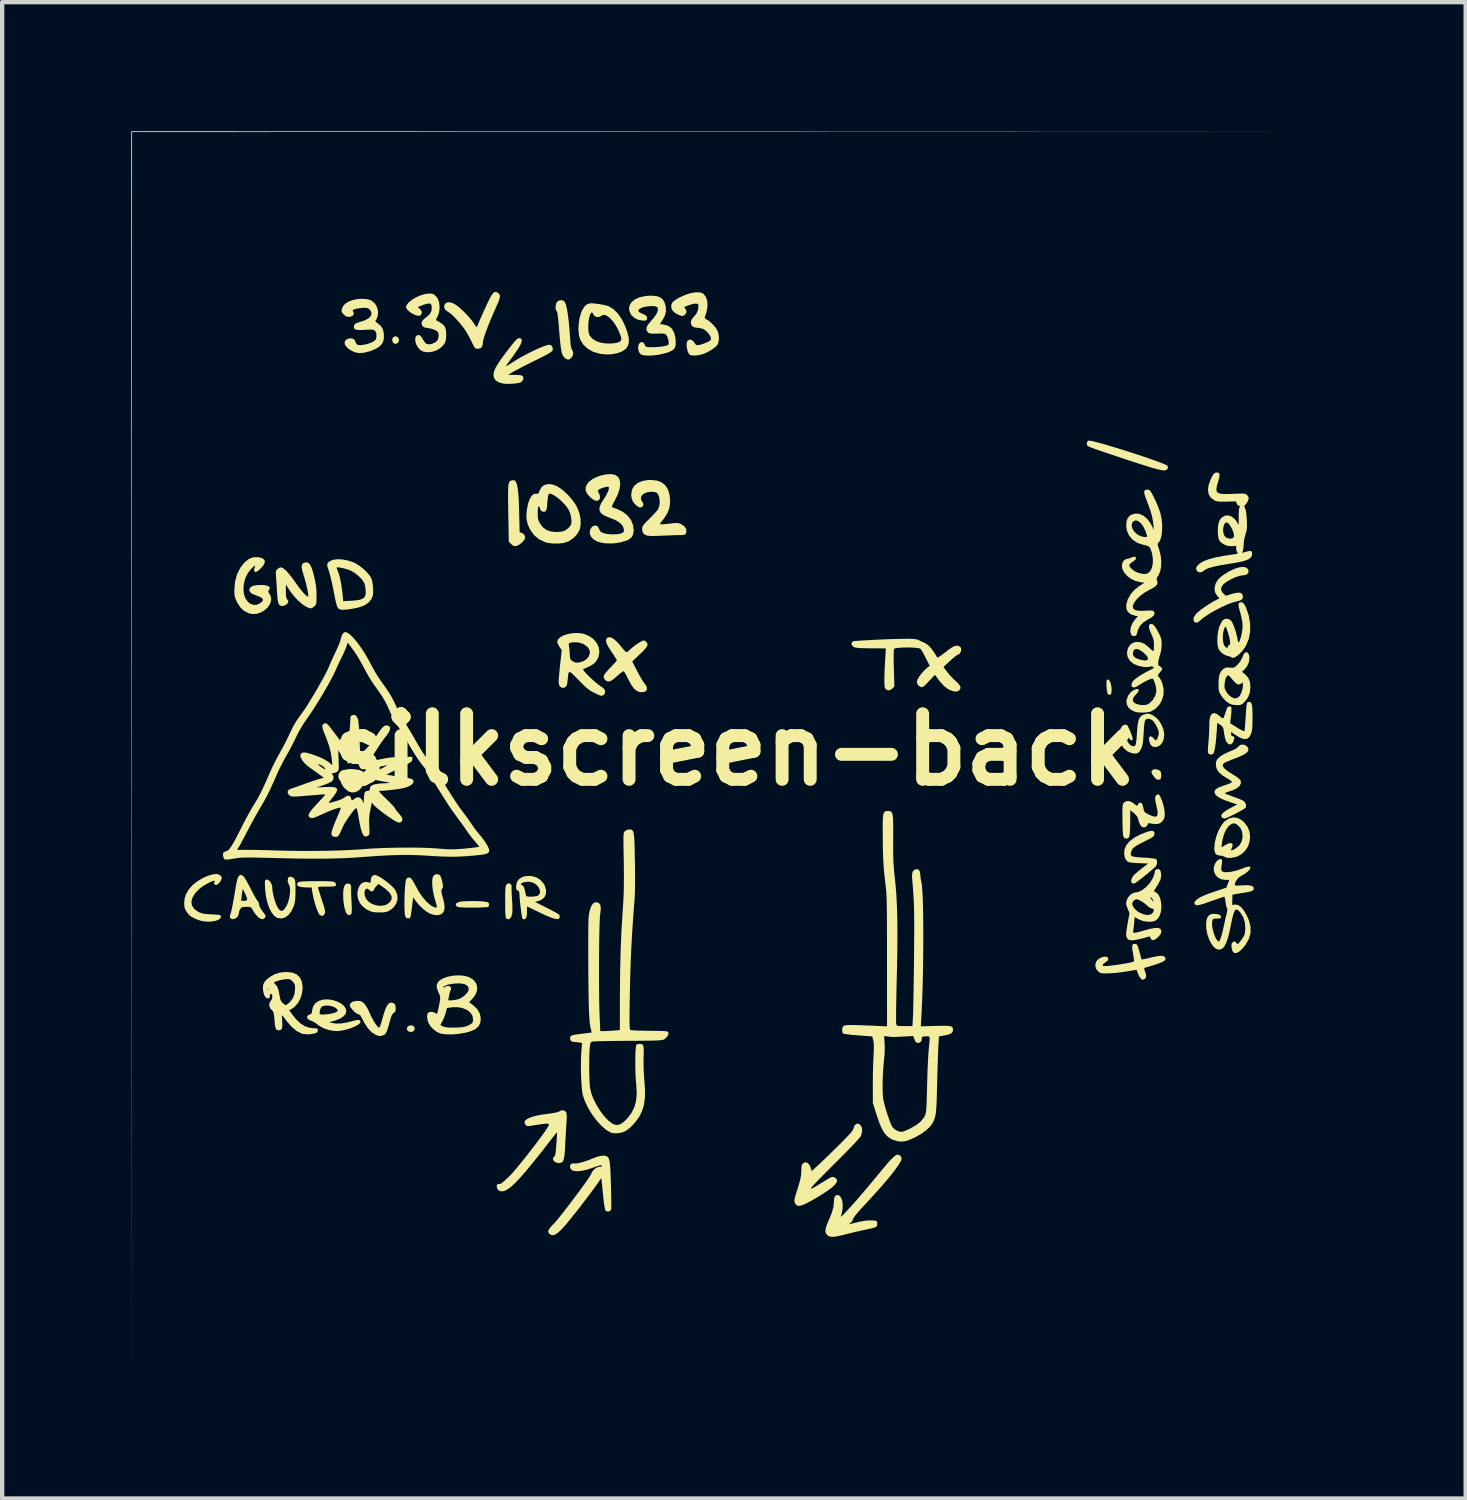
<source format=kicad_pcb>
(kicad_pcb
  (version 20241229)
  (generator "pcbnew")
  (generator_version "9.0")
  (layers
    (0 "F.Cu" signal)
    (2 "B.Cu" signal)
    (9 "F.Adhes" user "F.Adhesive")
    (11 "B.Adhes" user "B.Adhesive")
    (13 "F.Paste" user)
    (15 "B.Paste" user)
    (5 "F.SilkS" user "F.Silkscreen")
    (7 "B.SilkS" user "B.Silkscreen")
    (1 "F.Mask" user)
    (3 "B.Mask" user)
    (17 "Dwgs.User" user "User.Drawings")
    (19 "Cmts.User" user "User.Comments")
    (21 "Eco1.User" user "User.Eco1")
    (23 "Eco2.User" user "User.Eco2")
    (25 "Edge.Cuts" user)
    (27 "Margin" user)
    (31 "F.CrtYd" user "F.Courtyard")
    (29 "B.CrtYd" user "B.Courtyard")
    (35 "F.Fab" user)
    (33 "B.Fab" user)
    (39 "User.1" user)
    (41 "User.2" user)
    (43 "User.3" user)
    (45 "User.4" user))
  (footprint "silkscreen-back"
    (layer "F.Cu")
    (at 13.998 14.369)
    (property "Reference" "silkscreen-back" (at 0 0 0) (layer "F.SilkS") (effects (font (size 1.524 1.524) (thickness 0.3))))
    (attr board_only exclude_from_pos_files exclude_from_bom)
    (fp_poly (pts (xy 0.005 -14.364) (xy 14.008 -14.36) (xy -13.979 -14.35) (xy -13.989 14.399) (xy -13.993 0.015) (xy -13.998 -14.369)) (stroke (width 0) (type solid)) (fill yes) (layer "F.SilkS"))
    (fp_poly (pts (xy -7.81 -9.589) (xy -7.782 -9.548) (xy -7.779 -9.496) (xy -7.789 -9.471) (xy -7.825 -9.436) (xy -7.871 -9.43) (xy -7.912 -9.454) (xy -7.927 -9.48) (xy -7.935 -9.539) (xy -7.913 -9.584) (xy -7.868 -9.605) (xy -7.857 -9.606)) (stroke (width 0) (type solid)) (fill yes) (layer "F.SilkS"))
    (fp_poly (pts (xy -7.444 6.418) (xy -7.416 6.454) (xy -7.413 6.499) (xy -7.439 6.54) (xy -7.446 6.545) (xy -7.494 6.559) (xy -7.546 6.551) (xy -7.571 6.536) (xy -7.595 6.492) (xy -7.586 6.449) (xy -7.55 6.416) (xy -7.494 6.404)) (stroke (width 0) (type solid)) (fill yes) (layer "F.SilkS"))
    (fp_poly (pts (xy 8.725 -1.613) (xy 8.75 -1.567) (xy 8.769 -1.504) (xy 8.78 -1.433) (xy 8.782 -1.365) (xy 8.774 -1.31) (xy 8.754 -1.277) (xy 8.745 -1.273) (xy 8.707 -1.282) (xy 8.691 -1.295) (xy 8.68 -1.326) (xy 8.67 -1.385) (xy 8.664 -1.46) (xy 8.663 -1.476) (xy 8.662 -1.553) (xy 8.664 -1.599) (xy 8.672 -1.622) (xy 8.687 -1.63) (xy 8.696 -1.63)) (stroke (width 0) (type solid)) (fill yes) (layer "F.SilkS"))
    (fp_poly (pts (xy 9.825 0.459) (xy 9.89 0.479) (xy 9.924 0.514) (xy 9.935 0.572) (xy 9.934 0.609) (xy 9.927 0.662) (xy 9.913 0.688) (xy 9.882 0.698) (xy 9.875 0.699) (xy 9.838 0.696) (xy 9.804 0.674) (xy 9.763 0.624) (xy 9.763 0.623) (xy 9.725 0.57) (xy 9.708 0.537) (xy 9.708 0.513) (xy 9.724 0.486) (xy 9.728 0.48) (xy 9.756 0.458) (xy 9.798 0.455)) (stroke (width 0) (type solid)) (fill yes) (layer "F.SilkS"))
    (fp_poly (pts (xy -8.935 3.113) (xy -8.898 3.141) (xy -8.888 3.189) (xy -8.889 3.195) (xy -8.89 3.23) (xy -8.89 3.296) (xy -8.887 3.383) (xy -8.883 3.484) (xy -8.881 3.517) (xy -8.875 3.645) (xy -8.874 3.736) (xy -8.878 3.794) (xy -8.886 3.821) (xy -8.926 3.845) (xy -8.975 3.831) (xy -8.975 3.83) (xy -9.004 3.794) (xy -9.03 3.725) (xy -9.052 3.633) (xy -9.068 3.524) (xy -9.072 3.465) (xy -9.075 3.324) (xy -9.063 3.219) (xy -9.037 3.149) (xy -8.997 3.114) (xy -8.99 3.112)) (stroke (width 0) (type solid)) (fill yes) (layer "F.SilkS"))
    (fp_poly (pts (xy -5.941 3.52) (xy -5.842 3.525) (xy -5.789 3.531) (xy -5.729 3.541) (xy -5.698 3.556) (xy -5.686 3.582) (xy -5.684 3.59) (xy -5.689 3.632) (xy -5.704 3.653) (xy -5.731 3.659) (xy -5.791 3.663) (xy -5.875 3.667) (xy -5.978 3.669) (xy -6.063 3.67) (xy -6.193 3.669) (xy -6.29 3.667) (xy -6.358 3.662) (xy -6.403 3.655) (xy -6.43 3.645) (xy -6.434 3.642) (xy -6.459 3.609) (xy -6.449 3.575) (xy -6.407 3.548) (xy -6.343 3.53) (xy -6.268 3.523) (xy -6.167 3.519) (xy -6.054 3.518)) (stroke (width 0) (type solid)) (fill yes) (layer "F.SilkS"))
    (fp_poly (pts (xy -5.188 3.12) (xy -5.162 3.154) (xy -5.16 3.188) (xy -5.162 3.216) (xy -5.161 3.275) (xy -5.158 3.357) (xy -5.152 3.452) (xy -5.151 3.466) (xy -5.145 3.57) (xy -5.142 3.668) (xy -5.142 3.748) (xy -5.145 3.801) (xy -5.145 3.802) (xy -5.165 3.876) (xy -5.197 3.925) (xy -5.237 3.943) (xy -5.279 3.927) (xy -5.287 3.92) (xy -5.296 3.896) (xy -5.303 3.843) (xy -5.308 3.758) (xy -5.31 3.638) (xy -5.31 3.531) (xy -5.31 3.399) (xy -5.308 3.301) (xy -5.305 3.231) (xy -5.3 3.183) (xy -5.292 3.154) (xy -5.281 3.136) (xy -5.28 3.135) (xy -5.244 3.11) (xy -5.224 3.104)) (stroke (width 0) (type solid)) (fill yes) (layer "F.SilkS"))
    (fp_poly (pts (xy -5.084 -6.25) (xy -5.057 -6.217) (xy -5.036 -6.161) (xy -5.019 -6.079) (xy -5.006 -5.968) (xy -4.996 -5.825) (xy -4.988 -5.647) (xy -4.985 -5.518) (xy -4.974 -5.053) (xy -4.918 -5.033) (xy -4.868 -4.999) (xy -4.846 -4.946) (xy -4.858 -4.888) (xy -4.858 -4.888) (xy -4.904 -4.827) (xy -4.968 -4.773) (xy -5.033 -4.738) (xy -5.052 -4.732) (xy -5.099 -4.73) (xy -5.138 -4.748) (xy -5.17 -4.776) (xy -5.226 -4.832) (xy -5.238 -5.496) (xy -5.241 -5.684) (xy -5.243 -5.837) (xy -5.243 -5.959) (xy -5.241 -6.053) (xy -5.237 -6.123) (xy -5.23 -6.174) (xy -5.219 -6.208) (xy -5.205 -6.231) (xy -5.186 -6.245) (xy -5.163 -6.255) (xy -5.155 -6.257) (xy -5.116 -6.262)) (stroke (width 0) (type solid)) (fill yes) (layer "F.SilkS"))
    (fp_poly (pts (xy -8.838 0.453) (xy -8.719 0.468) (xy -8.634 0.496) (xy -8.579 0.541) (xy -8.552 0.604) (xy -8.547 0.67) (xy -8.562 0.733) (xy -8.599 0.808) (xy -8.65 0.883) (xy -8.707 0.943) (xy -8.709 0.945) (xy -8.784 0.986) (xy -8.867 0.995) (xy -8.946 0.972) (xy -8.962 0.963) (xy -9.054 0.884) (xy -9.113 0.797) (xy -9.138 0.707) (xy -9.134 0.674) (xy -8.939 0.674) (xy -8.925 0.706) (xy -8.895 0.719) (xy -8.888 0.719) (xy -8.856 0.696) (xy -8.848 0.678) (xy -8.857 0.645) (xy -8.887 0.629) (xy -8.921 0.636) (xy -8.926 0.64) (xy -8.939 0.674) (xy -9.134 0.674) (xy -9.129 0.619) (xy -9.084 0.537) (xy -9.033 0.487) (xy -8.999 0.464) (xy -8.962 0.453) (xy -8.91 0.45)) (stroke (width 0) (type solid)) (fill yes) (layer "F.SilkS"))
    (fp_poly (pts (xy -3.949 -10.429) (xy -3.922 -10.397) (xy -3.898 -10.336) (xy -3.875 -10.243) (xy -3.854 -10.118) (xy -3.834 -9.958) (xy -3.816 -9.763) (xy -3.798 -9.53) (xy -3.797 -9.504) (xy -3.786 -9.394) (xy -3.772 -9.323) (xy -3.757 -9.292) (xy -3.731 -9.248) (xy -3.73 -9.19) (xy -3.751 -9.133) (xy -3.78 -9.099) (xy -3.821 -9.07) (xy -3.849 -9.062) (xy -3.88 -9.074) (xy -3.895 -9.082) (xy -3.929 -9.106) (xy -3.957 -9.137) (xy -3.979 -9.179) (xy -3.998 -9.238) (xy -4.013 -9.319) (xy -4.027 -9.425) (xy -4.041 -9.562) (xy -4.052 -9.693) (xy -4.064 -9.848) (xy -4.075 -9.968) (xy -4.085 -10.058) (xy -4.093 -10.122) (xy -4.102 -10.164) (xy -4.111 -10.19) (xy -4.121 -10.202) (xy -4.122 -10.202) (xy -4.136 -10.231) (xy -4.139 -10.281) (xy -4.132 -10.339) (xy -4.116 -10.389) (xy -4.109 -10.402) (xy -4.064 -10.435) (xy -4.005 -10.445)) (stroke (width 0) (type solid)) (fill yes) (layer "F.SilkS"))
    (fp_poly (pts (xy 8.288 -7.178) (xy 8.357 -7.163) (xy 8.453 -7.139) (xy 8.572 -7.107) (xy 8.708 -7.067) (xy 8.857 -7.023) (xy 9.015 -6.974) (xy 9.177 -6.923) (xy 9.339 -6.87) (xy 9.496 -6.819) (xy 9.643 -6.768) (xy 9.776 -6.722) (xy 9.891 -6.68) (xy 9.983 -6.644) (xy 10.048 -6.616) (xy 10.08 -6.597) (xy 10.082 -6.594) (xy 10.091 -6.549) (xy 10.069 -6.51) (xy 10.022 -6.488) (xy 10.014 -6.487) (xy 9.974 -6.49) (xy 9.909 -6.502) (xy 9.829 -6.52) (xy 9.791 -6.53) (xy 9.726 -6.548) (xy 9.634 -6.576) (xy 9.52 -6.612) (xy 9.388 -6.654) (xy 9.244 -6.701) (xy 9.094 -6.75) (xy 8.942 -6.801) (xy 8.792 -6.851) (xy 8.652 -6.898) (xy 8.525 -6.942) (xy 8.416 -6.979) (xy 8.331 -7.01) (xy 8.275 -7.031) (xy 8.257 -7.039) (xy 8.215 -7.068) (xy 8.203 -7.104) (xy 8.204 -7.122) (xy 8.221 -7.167) (xy 8.25 -7.181)) (stroke (width 0) (type solid)) (fill yes) (layer "F.SilkS"))
    (fp_poly (pts (xy -9.557 3.056) (xy -9.454 3.057) (xy -9.379 3.06) (xy -9.327 3.064) (xy -9.293 3.071) (xy -9.272 3.08) (xy -9.262 3.088) (xy -9.241 3.125) (xy -9.241 3.152) (xy -9.253 3.166) (xy -9.28 3.175) (xy -9.329 3.18) (xy -9.407 3.182) (xy -9.46 3.182) (xy -9.551 3.183) (xy -9.611 3.184) (xy -9.644 3.189) (xy -9.657 3.199) (xy -9.657 3.214) (xy -9.654 3.226) (xy -9.643 3.261) (xy -9.623 3.324) (xy -9.597 3.407) (xy -9.566 3.502) (xy -9.561 3.518) (xy -9.528 3.621) (xy -9.507 3.695) (xy -9.496 3.747) (xy -9.495 3.782) (xy -9.501 3.809) (xy -9.504 3.815) (xy -9.538 3.856) (xy -9.581 3.862) (xy -9.624 3.834) (xy -9.634 3.82) (xy -9.664 3.761) (xy -9.698 3.675) (xy -9.731 3.572) (xy -9.76 3.463) (xy -9.782 3.36) (xy -9.784 3.349) (xy -9.808 3.202) (xy -9.91 3.202) (xy -10.017 3.196) (xy -10.094 3.181) (xy -10.138 3.156) (xy -10.147 3.123) (xy -10.124 3.087) (xy -10.108 3.077) (xy -10.079 3.069) (xy -10.033 3.063) (xy -9.964 3.06) (xy -9.869 3.057) (xy -9.74 3.056) (xy -9.694 3.056)) (stroke (width 0) (type solid)) (fill yes) (layer "F.SilkS"))
    (fp_poly (pts (xy -10.25 2.964) (xy -10.22 2.988) (xy -10.203 3.01) (xy -10.193 3.039) (xy -10.186 3.082) (xy -10.183 3.147) (xy -10.182 3.241) (xy -10.182 3.277) (xy -10.184 3.402) (xy -10.19 3.497) (xy -10.202 3.571) (xy -10.217 3.623) (xy -10.271 3.744) (xy -10.34 3.836) (xy -10.419 3.896) (xy -10.505 3.922) (xy -10.595 3.912) (xy -10.613 3.905) (xy -10.679 3.859) (xy -10.74 3.78) (xy -10.794 3.673) (xy -10.838 3.543) (xy -10.87 3.398) (xy -10.888 3.241) (xy -10.889 3.229) (xy -10.893 3.139) (xy -10.893 3.081) (xy -10.889 3.046) (xy -10.879 3.028) (xy -10.863 3.018) (xy -10.863 3.018) (xy -10.823 3.021) (xy -10.782 3.053) (xy -10.747 3.104) (xy -10.725 3.163) (xy -10.722 3.202) (xy -10.717 3.275) (xy -10.699 3.37) (xy -10.673 3.473) (xy -10.641 3.569) (xy -10.615 3.63) (xy -10.57 3.706) (xy -10.527 3.743) (xy -10.484 3.743) (xy -10.439 3.705) (xy -10.391 3.628) (xy -10.379 3.607) (xy -10.348 3.526) (xy -10.324 3.433) (xy -10.311 3.338) (xy -10.307 3.25) (xy -10.315 3.178) (xy -10.335 3.133) (xy -10.336 3.132) (xy -10.361 3.08) (xy -10.363 3.029) (xy -10.354 2.98) (xy -10.334 2.958) (xy -10.307 2.952)) (stroke (width 0) (type solid)) (fill yes) (layer "F.SilkS"))
    (fp_poly (pts (xy -8.676 5.841) (xy -8.632 5.858) (xy -8.588 5.896) (xy -8.581 5.904) (xy -8.543 5.955) (xy -8.501 6.028) (xy -8.462 6.109) (xy -8.456 6.124) (xy -8.417 6.21) (xy -8.372 6.293) (xy -8.327 6.366) (xy -8.285 6.422) (xy -8.252 6.454) (xy -8.236 6.458) (xy -8.222 6.437) (xy -8.203 6.387) (xy -8.181 6.317) (xy -8.17 6.276) (xy -8.129 6.133) (xy -8.092 6.025) (xy -8.055 5.949) (xy -8.017 5.901) (xy -7.976 5.879) (xy -7.954 5.877) (xy -7.896 5.892) (xy -7.861 5.938) (xy -7.852 6.011) (xy -7.852 6.021) (xy -7.863 6.08) (xy -7.887 6.112) (xy -7.901 6.12) (xy -7.926 6.14) (xy -7.949 6.183) (xy -7.974 6.254) (xy -7.985 6.295) (xy -8.018 6.413) (xy -8.044 6.499) (xy -8.067 6.558) (xy -8.088 6.597) (xy -8.112 6.62) (xy -8.14 6.635) (xy -8.145 6.636) (xy -8.196 6.652) (xy -8.235 6.654) (xy -8.279 6.642) (xy -8.328 6.621) (xy -8.416 6.563) (xy -8.501 6.471) (xy -8.58 6.353) (xy -8.616 6.282) (xy -8.653 6.21) (xy -8.682 6.168) (xy -8.709 6.152) (xy -8.72 6.15) (xy -8.757 6.135) (xy -8.805 6.097) (xy -8.855 6.047) (xy -8.897 5.994) (xy -8.92 5.949) (xy -8.922 5.937) (xy -8.904 5.891) (xy -8.855 5.857) (xy -8.779 5.839) (xy -8.74 5.838)) (stroke (width 0) (type solid)) (fill yes) (layer "F.SilkS"))
    (fp_poly (pts (xy 11.904 -4.233) (xy 11.948 -4.195) (xy 11.96 -4.167) (xy 11.959 -4.111) (xy 11.924 -4.072) (xy 11.858 -4.052) (xy 11.824 -4.051) (xy 11.755 -4.039) (xy 11.666 -4.01) (xy 11.571 -3.967) (xy 11.479 -3.917) (xy 11.404 -3.865) (xy 11.384 -3.848) (xy 11.335 -3.783) (xy 11.324 -3.718) (xy 11.351 -3.656) (xy 11.381 -3.625) (xy 11.439 -3.576) (xy 11.559 -3.614) (xy 11.668 -3.642) (xy 11.746 -3.649) (xy 11.798 -3.634) (xy 11.825 -3.596) (xy 11.831 -3.55) (xy 11.825 -3.512) (xy 11.803 -3.485) (xy 11.757 -3.463) (xy 11.681 -3.443) (xy 11.659 -3.438) (xy 11.567 -3.411) (xy 11.453 -3.367) (xy 11.329 -3.309) (xy 11.2 -3.243) (xy 11.077 -3.173) (xy 10.968 -3.103) (xy 10.881 -3.039) (xy 10.837 -2.999) (xy 10.782 -2.956) (xy 10.733 -2.952) (xy 10.703 -2.971) (xy 10.681 -3.019) (xy 10.692 -3.079) (xy 10.736 -3.147) (xy 10.74 -3.153) (xy 10.789 -3.198) (xy 10.862 -3.257) (xy 10.952 -3.321) (xy 11.047 -3.384) (xy 11.14 -3.44) (xy 11.204 -3.474) (xy 11.289 -3.517) (xy 11.236 -3.572) (xy 11.186 -3.651) (xy 11.171 -3.742) (xy 11.192 -3.842) (xy 11.206 -3.874) (xy 11.249 -3.944) (xy 11.31 -4.008) (xy 11.396 -4.073) (xy 11.513 -4.143) (xy 11.519 -4.146) (xy 11.639 -4.203) (xy 11.746 -4.237) (xy 11.836 -4.247)) (stroke (width 0) (type solid)) (fill yes) (layer "F.SilkS"))
    (fp_poly (pts (xy -11.962 2.901) (xy -11.915 2.933) (xy -11.895 2.977) (xy -11.899 3.004) (xy -11.926 3.059) (xy -11.966 3.108) (xy -12.008 3.139) (xy -12.027 3.143) (xy -12.067 3.131) (xy -12.078 3.101) (xy -12.065 3.074) (xy -12.053 3.051) (xy -12.069 3.045) (xy -12.106 3.054) (xy -12.159 3.076) (xy -12.221 3.106) (xy -12.288 3.144) (xy -12.352 3.185) (xy -12.408 3.227) (xy -12.427 3.244) (xy -12.521 3.345) (xy -12.578 3.444) (xy -12.6 3.538) (xy -12.586 3.624) (xy -12.536 3.7) (xy -12.45 3.763) (xy -12.445 3.766) (xy -12.394 3.79) (xy -12.343 3.806) (xy -12.279 3.817) (xy -12.194 3.824) (xy -12.134 3.827) (xy -12.04 3.831) (xy -11.978 3.836) (xy -11.941 3.844) (xy -11.922 3.854) (xy -11.914 3.871) (xy -11.913 3.879) (xy -11.925 3.918) (xy -11.969 3.951) (xy -12.038 3.977) (xy -12.124 3.992) (xy -12.22 3.997) (xy -12.32 3.989) (xy -12.356 3.982) (xy -12.441 3.957) (xy -12.532 3.919) (xy -12.61 3.877) (xy -12.634 3.86) (xy -12.664 3.829) (xy -12.702 3.781) (xy -12.717 3.76) (xy -12.749 3.702) (xy -12.765 3.642) (xy -12.768 3.569) (xy -12.76 3.465) (xy -12.731 3.37) (xy -12.678 3.273) (xy -12.648 3.23) (xy -12.572 3.146) (xy -12.47 3.065) (xy -12.354 2.993) (xy -12.233 2.936) (xy -12.117 2.9) (xy -12.03 2.889)) (stroke (width 0) (type solid)) (fill yes) (layer "F.SilkS"))
    (fp_poly (pts (xy -5.519 -10.634) (xy -5.484 -10.618) (xy -5.477 -10.613) (xy -5.445 -10.584) (xy -5.431 -10.547) (xy -5.436 -10.495) (xy -5.46 -10.421) (xy -5.497 -10.337) (xy -5.576 -10.159) (xy -5.648 -9.991) (xy -5.71 -9.837) (xy -5.76 -9.703) (xy -5.798 -9.592) (xy -5.821 -9.508) (xy -5.828 -9.461) (xy -5.837 -9.39) (xy -5.858 -9.347) (xy -5.867 -9.339) (xy -5.923 -9.316) (xy -5.981 -9.317) (xy -6.006 -9.328) (xy -6.024 -9.351) (xy -6.052 -9.401) (xy -6.085 -9.468) (xy -6.096 -9.491) (xy -6.141 -9.58) (xy -6.193 -9.674) (xy -6.241 -9.752) (xy -6.243 -9.754) (xy -6.306 -9.84) (xy -6.379 -9.929) (xy -6.457 -10.015) (xy -6.532 -10.09) (xy -6.597 -10.147) (xy -6.645 -10.179) (xy -6.7 -10.22) (xy -6.726 -10.272) (xy -6.725 -10.326) (xy -6.696 -10.37) (xy -6.647 -10.395) (xy -6.575 -10.393) (xy -6.487 -10.356) (xy -6.385 -10.283) (xy -6.267 -10.175) (xy -6.258 -10.166) (xy -6.188 -10.092) (xy -6.121 -10.016) (xy -6.068 -9.95) (xy -6.042 -9.913) (xy -6.009 -9.862) (xy -5.983 -9.829) (xy -5.973 -9.82) (xy -5.961 -9.837) (xy -5.942 -9.878) (xy -5.936 -9.894) (xy -5.919 -9.935) (xy -5.889 -10.005) (xy -5.849 -10.095) (xy -5.803 -10.198) (xy -5.763 -10.286) (xy -5.703 -10.414) (xy -5.654 -10.51) (xy -5.615 -10.576) (xy -5.581 -10.617) (xy -5.55 -10.635)) (stroke (width 0) (type solid)) (fill yes) (layer "F.SilkS"))
    (fp_poly (pts (xy 9.752 1.893) (xy 9.776 1.925) (xy 9.777 1.97) (xy 9.77 1.994) (xy 9.751 2.017) (xy 9.714 2.044) (xy 9.653 2.078) (xy 9.563 2.123) (xy 9.553 2.128) (xy 9.442 2.184) (xy 9.362 2.229) (xy 9.306 2.267) (xy 9.27 2.302) (xy 9.248 2.338) (xy 9.237 2.371) (xy 9.227 2.415) (xy 9.229 2.448) (xy 9.248 2.471) (xy 9.288 2.486) (xy 9.355 2.496) (xy 9.454 2.504) (xy 9.522 2.508) (xy 9.622 2.514) (xy 9.709 2.523) (xy 9.775 2.531) (xy 9.811 2.54) (xy 9.815 2.542) (xy 9.836 2.581) (xy 9.837 2.638) (xy 9.818 2.695) (xy 9.81 2.708) (xy 9.786 2.733) (xy 9.738 2.776) (xy 9.673 2.831) (xy 9.598 2.893) (xy 9.519 2.957) (xy 9.444 3.016) (xy 9.38 3.065) (xy 9.335 3.096) (xy 9.291 3.111) (xy 9.269 3.11) (xy 9.241 3.086) (xy 9.235 3.041) (xy 9.25 2.986) (xy 9.283 2.932) (xy 9.321 2.894) (xy 9.38 2.842) (xy 9.449 2.785) (xy 9.482 2.76) (xy 9.631 2.645) (xy 9.406 2.636) (xy 9.303 2.63) (xy 9.232 2.623) (xy 9.184 2.613) (xy 9.153 2.6) (xy 9.139 2.589) (xy 9.092 2.521) (xy 9.072 2.43) (xy 9.08 2.322) (xy 9.081 2.318) (xy 9.122 2.22) (xy 9.2 2.127) (xy 9.313 2.042) (xy 9.46 1.965) (xy 9.621 1.904) (xy 9.701 1.886)) (stroke (width 0) (type solid)) (fill yes) (layer "F.SilkS"))
    (fp_poly (pts (xy 11.709 1.587) (xy 11.806 1.638) (xy 11.864 1.69) (xy 11.941 1.795) (xy 11.986 1.91) (xy 12 2.029) (xy 11.985 2.147) (xy 11.944 2.258) (xy 11.878 2.356) (xy 11.79 2.435) (xy 11.682 2.49) (xy 11.561 2.514) (xy 11.481 2.515) (xy 11.428 2.502) (xy 11.411 2.491) (xy 11.365 2.47) (xy 11.306 2.461) (xy 11.302 2.461) (xy 11.235 2.449) (xy 11.192 2.413) (xy 11.171 2.347) (xy 11.167 2.286) (xy 11.17 2.262) (xy 11.336 2.262) (xy 11.336 2.263) (xy 11.354 2.257) (xy 11.393 2.235) (xy 11.417 2.219) (xy 11.487 2.181) (xy 11.543 2.17) (xy 11.581 2.183) (xy 11.595 2.218) (xy 11.58 2.273) (xy 11.572 2.288) (xy 11.555 2.328) (xy 11.565 2.342) (xy 11.604 2.33) (xy 11.668 2.291) (xy 11.749 2.224) (xy 11.798 2.143) (xy 11.823 2.038) (xy 11.824 2.025) (xy 11.816 1.918) (xy 11.777 1.824) (xy 11.709 1.751) (xy 11.684 1.734) (xy 11.642 1.713) (xy 11.61 1.711) (xy 11.567 1.728) (xy 11.557 1.733) (xy 11.494 1.784) (xy 11.437 1.866) (xy 11.39 1.973) (xy 11.357 2.097) (xy 11.354 2.115) (xy 11.343 2.184) (xy 11.336 2.237) (xy 11.336 2.262) (xy 11.17 2.262) (xy 11.179 2.157) (xy 11.212 2.021) (xy 11.261 1.889) (xy 11.323 1.772) (xy 11.392 1.681) (xy 11.414 1.66) (xy 11.51 1.597) (xy 11.609 1.573)) (stroke (width 0) (type solid)) (fill yes) (layer "F.SilkS"))
    (fp_poly (pts (xy -8.294 2.922) (xy -8.225 2.957) (xy -8.145 3.008) (xy -8.061 3.07) (xy -7.981 3.136) (xy -7.913 3.2) (xy -7.865 3.258) (xy -7.857 3.27) (xy -7.816 3.376) (xy -7.811 3.481) (xy -7.843 3.581) (xy -7.909 3.67) (xy -7.963 3.715) (xy -8.016 3.748) (xy -8.064 3.768) (xy -8.122 3.778) (xy -8.2 3.782) (xy -8.282 3.781) (xy -8.358 3.776) (xy -8.411 3.766) (xy -8.412 3.766) (xy -8.523 3.717) (xy -8.621 3.643) (xy -8.681 3.571) (xy -8.724 3.483) (xy -8.743 3.391) (xy -8.741 3.299) (xy -8.741 3.299) (xy -8.578 3.299) (xy -8.575 3.38) (xy -8.543 3.462) (xy -8.489 3.528) (xy -8.407 3.583) (xy -8.307 3.617) (xy -8.203 3.628) (xy -8.107 3.615) (xy -8.051 3.591) (xy -7.979 3.532) (xy -7.947 3.468) (xy -7.952 3.399) (xy -7.997 3.324) (xy -8.08 3.244) (xy -8.148 3.193) (xy -8.254 3.121) (xy -8.303 3.17) (xy -8.339 3.213) (xy -8.359 3.252) (xy -8.36 3.255) (xy -8.381 3.288) (xy -8.418 3.294) (xy -8.459 3.271) (xy -8.471 3.259) (xy -8.511 3.228) (xy -8.546 3.234) (xy -8.571 3.276) (xy -8.578 3.299) (xy -8.741 3.299) (xy -8.72 3.216) (xy -8.683 3.146) (xy -8.631 3.096) (xy -8.567 3.073) (xy -8.494 3.081) (xy -8.493 3.082) (xy -8.453 3.093) (xy -8.437 3.084) (xy -8.434 3.045) (xy -8.434 3.036) (xy -8.422 2.973) (xy -8.389 2.927) (xy -8.344 2.909) (xy -8.344 2.909)) (stroke (width 0) (type solid)) (fill yes) (layer "F.SilkS"))
    (fp_poly (pts (xy -3.312 -10.373) (xy -3.228 -10.367) (xy -3.131 -10.354) (xy -3.034 -10.337) (xy -2.953 -10.318) (xy -2.908 -10.304) (xy -2.792 -10.234) (xy -2.687 -10.129) (xy -2.593 -9.991) (xy -2.518 -9.832) (xy -2.466 -9.686) (xy -2.438 -9.565) (xy -2.435 -9.467) (xy -2.456 -9.387) (xy -2.502 -9.319) (xy -2.514 -9.307) (xy -2.596 -9.252) (xy -2.705 -9.212) (xy -2.833 -9.188) (xy -2.971 -9.183) (xy -3.102 -9.197) (xy -3.255 -9.24) (xy -3.385 -9.311) (xy -3.49 -9.406) (xy -3.561 -9.517) (xy -3.594 -9.62) (xy -3.608 -9.747) (xy -3.604 -9.855) (xy -3.379 -9.855) (xy -3.378 -9.761) (xy -3.367 -9.68) (xy -3.35 -9.629) (xy -3.29 -9.553) (xy -3.198 -9.494) (xy -3.101 -9.46) (xy -3.012 -9.443) (xy -2.909 -9.436) (xy -2.807 -9.44) (xy -2.718 -9.453) (xy -2.665 -9.47) (xy -2.629 -9.495) (xy -2.613 -9.528) (xy -2.614 -9.575) (xy -2.636 -9.643) (xy -2.676 -9.738) (xy -2.681 -9.748) (xy -2.739 -9.857) (xy -2.804 -9.95) (xy -2.872 -10.025) (xy -2.938 -10.077) (xy -2.998 -10.103) (xy -3.047 -10.098) (xy -3.061 -10.089) (xy -3.125 -10.054) (xy -3.187 -10.051) (xy -3.239 -10.08) (xy -3.27 -10.133) (xy -3.286 -10.16) (xy -3.309 -10.153) (xy -3.309 -10.153) (xy -3.336 -10.11) (xy -3.357 -10.04) (xy -3.372 -9.951) (xy -3.379 -9.855) (xy -3.604 -9.855) (xy -3.603 -9.887) (xy -3.582 -10.028) (xy -3.543 -10.16) (xy -3.525 -10.204) (xy -3.468 -10.297) (xy -3.399 -10.354) (xy -3.318 -10.373)) (stroke (width 0) (type solid)) (fill yes) (layer "F.SilkS"))
    (fp_poly (pts (xy -6.83 2.915) (xy -6.827 2.918) (xy -6.806 2.954) (xy -6.785 3.014) (xy -6.768 3.085) (xy -6.757 3.153) (xy -6.755 3.182) (xy -6.764 3.219) (xy -6.775 3.231) (xy -6.791 3.259) (xy -6.79 3.312) (xy -6.772 3.395) (xy -6.755 3.453) (xy -6.723 3.585) (xy -6.718 3.691) (xy -6.74 3.77) (xy -6.789 3.821) (xy -6.865 3.844) (xy -6.896 3.846) (xy -6.969 3.837) (xy -7.045 3.815) (xy -7.062 3.808) (xy -7.141 3.761) (xy -7.228 3.691) (xy -7.313 3.608) (xy -7.385 3.521) (xy -7.392 3.511) (xy -7.448 3.43) (xy -7.477 3.672) (xy -7.49 3.773) (xy -7.5 3.841) (xy -7.51 3.883) (xy -7.521 3.906) (xy -7.536 3.916) (xy -7.557 3.92) (xy -7.6 3.915) (xy -7.629 3.879) (xy -7.63 3.875) (xy -7.64 3.832) (xy -7.647 3.756) (xy -7.65 3.654) (xy -7.651 3.532) (xy -7.648 3.398) (xy -7.641 3.258) (xy -7.637 3.186) (xy -7.627 3.089) (xy -7.614 3.024) (xy -7.594 2.987) (xy -7.564 2.972) (xy -7.526 2.972) (xy -7.498 2.99) (xy -7.462 3.037) (xy -7.415 3.118) (xy -7.402 3.143) (xy -7.319 3.294) (xy -7.237 3.416) (xy -7.15 3.519) (xy -7.098 3.569) (xy -7.033 3.621) (xy -6.972 3.656) (xy -6.923 3.671) (xy -6.898 3.663) (xy -6.898 3.641) (xy -6.909 3.591) (xy -6.929 3.523) (xy -6.937 3.499) (xy -6.967 3.389) (xy -6.99 3.273) (xy -7.003 3.162) (xy -7.006 3.062) (xy -6.998 2.984) (xy -6.982 2.939) (xy -6.937 2.899) (xy -6.882 2.891)) (stroke (width 0) (type solid)) (fill yes) (layer "F.SilkS"))
    (fp_poly (pts (xy -4.939 -9.549) (xy -4.923 -9.519) (xy -4.929 -9.471) (xy -4.958 -9.402) (xy -5.013 -9.31) (xy -5.092 -9.192) (xy -5.153 -9.108) (xy -5.207 -9.035) (xy -5.252 -8.972) (xy -5.284 -8.928) (xy -5.297 -8.91) (xy -5.288 -8.91) (xy -5.252 -8.929) (xy -5.197 -8.964) (xy -5.15 -8.994) (xy -5.05 -9.057) (xy -4.936 -9.123) (xy -4.814 -9.189) (xy -4.691 -9.251) (xy -4.572 -9.307) (xy -4.464 -9.354) (xy -4.373 -9.388) (xy -4.307 -9.407) (xy -4.283 -9.41) (xy -4.237 -9.393) (xy -4.209 -9.35) (xy -4.203 -9.294) (xy -4.206 -9.283) (xy -4.216 -9.265) (xy -4.241 -9.242) (xy -4.285 -9.213) (xy -4.352 -9.175) (xy -4.445 -9.127) (xy -4.569 -9.065) (xy -4.612 -9.044) (xy -4.735 -8.983) (xy -4.854 -8.923) (xy -4.96 -8.868) (xy -5.049 -8.822) (xy -5.111 -8.787) (xy -5.125 -8.779) (xy -5.242 -8.708) (xy -5.083 -8.708) (xy -4.994 -8.705) (xy -4.937 -8.697) (xy -4.905 -8.683) (xy -4.901 -8.678) (xy -4.885 -8.633) (xy -4.899 -8.583) (xy -4.939 -8.541) (xy -4.954 -8.533) (xy -5.008 -8.518) (xy -5.088 -8.507) (xy -5.18 -8.501) (xy -5.272 -8.5) (xy -5.351 -8.506) (xy -5.374 -8.51) (xy -5.47 -8.54) (xy -5.533 -8.582) (xy -5.565 -8.631) (xy -5.579 -8.683) (xy -5.579 -8.74) (xy -5.563 -8.805) (xy -5.528 -8.882) (xy -5.474 -8.974) (xy -5.398 -9.086) (xy -5.298 -9.22) (xy -5.215 -9.328) (xy -5.142 -9.421) (xy -5.087 -9.486) (xy -5.047 -9.529) (xy -5.017 -9.553) (xy -4.994 -9.562) (xy -4.978 -9.562)) (stroke (width 0) (type solid)) (fill yes) (layer "F.SilkS"))
    (fp_poly (pts (xy -2.836 -2.602) (xy -2.762 -2.553) (xy -2.677 -2.469) (xy -2.596 -2.372) (xy -2.552 -2.318) (xy -2.514 -2.28) (xy -2.491 -2.265) (xy -2.491 -2.265) (xy -2.464 -2.278) (xy -2.424 -2.311) (xy -2.41 -2.325) (xy -2.358 -2.372) (xy -2.293 -2.423) (xy -2.223 -2.471) (xy -2.157 -2.51) (xy -2.107 -2.534) (xy -2.087 -2.538) (xy -2.051 -2.523) (xy -2.02 -2.491) (xy -2.004 -2.459) (xy -2.003 -2.428) (xy -2.019 -2.392) (xy -2.055 -2.345) (xy -2.114 -2.282) (xy -2.197 -2.202) (xy -2.358 -2.05) (xy -2.24 -1.82) (xy -2.191 -1.728) (xy -2.143 -1.644) (xy -2.1 -1.576) (xy -2.069 -1.534) (xy -2.067 -1.532) (xy -2.023 -1.467) (xy -2.014 -1.409) (xy -2.037 -1.364) (xy -2.087 -1.338) (xy -2.162 -1.335) (xy -2.196 -1.342) (xy -2.26 -1.37) (xy -2.321 -1.425) (xy -2.382 -1.51) (xy -2.445 -1.626) (xy -2.484 -1.704) (xy -2.519 -1.768) (xy -2.544 -1.811) (xy -2.555 -1.824) (xy -2.576 -1.816) (xy -2.619 -1.787) (xy -2.675 -1.741) (xy -2.712 -1.708) (xy -2.794 -1.638) (xy -2.858 -1.596) (xy -2.909 -1.582) (xy -2.953 -1.594) (xy -2.987 -1.62) (xy -3.015 -1.656) (xy -3.023 -1.693) (xy -3.009 -1.736) (xy -2.971 -1.792) (xy -2.907 -1.864) (xy -2.87 -1.902) (xy -2.808 -1.967) (xy -2.758 -2.022) (xy -2.725 -2.06) (xy -2.714 -2.077) (xy -2.724 -2.097) (xy -2.752 -2.143) (xy -2.794 -2.208) (xy -2.841 -2.277) (xy -2.908 -2.381) (xy -2.95 -2.462) (xy -2.967 -2.522) (xy -2.962 -2.567) (xy -2.944 -2.593) (xy -2.897 -2.615)) (stroke (width 0) (type solid)) (fill yes) (layer "F.SilkS"))
    (fp_poly (pts (xy -11.421 2.919) (xy -11.381 2.953) (xy -11.358 2.986) (xy -11.322 3.046) (xy -11.277 3.127) (xy -11.229 3.219) (xy -11.213 3.251) (xy -11.166 3.342) (xy -11.123 3.421) (xy -11.087 3.481) (xy -11.064 3.515) (xy -11.058 3.52) (xy -11.038 3.549) (xy -11.031 3.59) (xy -11.018 3.64) (xy -10.986 3.702) (xy -10.967 3.729) (xy -10.928 3.782) (xy -10.896 3.824) (xy -10.884 3.839) (xy -10.877 3.877) (xy -10.898 3.914) (xy -10.938 3.938) (xy -10.947 3.94) (xy -10.995 3.929) (xy -11.051 3.889) (xy -11.11 3.826) (xy -11.162 3.747) (xy -11.194 3.693) (xy -11.221 3.664) (xy -11.255 3.653) (xy -11.309 3.651) (xy -11.314 3.651) (xy -11.375 3.654) (xy -11.42 3.661) (xy -11.433 3.666) (xy -11.466 3.704) (xy -11.492 3.761) (xy -11.499 3.806) (xy -11.514 3.86) (xy -11.551 3.905) (xy -11.599 3.933) (xy -11.65 3.939) (xy -11.692 3.918) (xy -11.694 3.915) (xy -11.708 3.884) (xy -11.701 3.839) (xy -11.695 3.822) (xy -11.682 3.781) (xy -11.668 3.728) (xy -11.653 3.659) (xy -11.635 3.569) (xy -11.626 3.514) (xy -11.444 3.514) (xy -11.389 3.514) (xy -11.34 3.509) (xy -11.311 3.499) (xy -11.304 3.478) (xy -11.316 3.431) (xy -11.345 3.36) (xy -11.374 3.3) (xy -11.397 3.258) (xy -11.409 3.242) (xy -11.409 3.243) (xy -11.415 3.265) (xy -11.422 3.315) (xy -11.43 3.382) (xy -11.43 3.382) (xy -11.444 3.514) (xy -11.626 3.514) (xy -11.615 3.453) (xy -11.59 3.309) (xy -11.56 3.13) (xy -11.556 3.107) (xy -11.532 3.003) (xy -11.502 2.938) (xy -11.465 2.91)) (stroke (width 0) (type solid)) (fill yes) (layer "F.SilkS"))
    (fp_poly (pts (xy -9.325 5.817) (xy -9.222 5.848) (xy -9.132 5.893) (xy -9.06 5.949) (xy -9.014 6.014) (xy -9 6.075) (xy -9.019 6.143) (xy -9.075 6.204) (xy -9.164 6.258) (xy -9.285 6.302) (xy -9.342 6.317) (xy -9.401 6.331) (xy -9.342 6.348) (xy -9.236 6.365) (xy -9.106 6.36) (xy -8.96 6.333) (xy -8.899 6.317) (xy -8.798 6.291) (xy -8.73 6.28) (xy -8.689 6.286) (xy -8.672 6.308) (xy -8.672 6.332) (xy -8.695 6.367) (xy -8.749 6.405) (xy -8.825 6.443) (xy -8.917 6.478) (xy -9.017 6.507) (xy -9.116 6.528) (xy -9.207 6.538) (xy -9.235 6.538) (xy -9.301 6.533) (xy -9.374 6.522) (xy -9.383 6.52) (xy -9.522 6.478) (xy -9.637 6.412) (xy -9.668 6.387) (xy -9.728 6.343) (xy -9.794 6.308) (xy -9.811 6.302) (xy -9.878 6.27) (xy -9.911 6.233) (xy -9.908 6.193) (xy -9.9 6.181) (xy -9.863 6.155) (xy -9.84 6.15) (xy -9.817 6.14) (xy -9.81 6.124) (xy -9.622 6.124) (xy -9.611 6.147) (xy -9.593 6.153) (xy -9.543 6.156) (xy -9.469 6.15) (xy -9.386 6.139) (xy -9.308 6.123) (xy -9.266 6.111) (xy -9.214 6.085) (xy -9.201 6.054) (xy -9.227 6.018) (xy -9.272 5.986) (xy -9.338 5.96) (xy -9.415 5.947) (xy -9.49 5.947) (xy -9.551 5.96) (xy -9.576 5.976) (xy -9.6 6.015) (xy -9.617 6.071) (xy -9.618 6.076) (xy -9.622 6.124) (xy -9.81 6.124) (xy -9.802 6.103) (xy -9.796 6.062) (xy -9.772 5.965) (xy -9.723 5.893) (xy -9.643 5.839) (xy -9.63 5.833) (xy -9.535 5.807) (xy -9.431 5.802)) (stroke (width 0) (type solid)) (fill yes) (layer "F.SilkS"))
    (fp_poly (pts (xy -11.033 -4.471) (xy -10.95 -4.446) (xy -10.903 -4.408) (xy -10.893 -4.357) (xy -10.92 -4.293) (xy -10.984 -4.217) (xy -10.991 -4.21) (xy -11.054 -4.154) (xy -11.099 -4.127) (xy -11.118 -4.126) (xy -11.144 -4.154) (xy -11.142 -4.203) (xy -11.128 -4.238) (xy -11.116 -4.269) (xy -11.128 -4.273) (xy -11.161 -4.25) (xy -11.211 -4.203) (xy -11.211 -4.202) (xy -11.289 -4.102) (xy -11.346 -3.987) (xy -11.38 -3.865) (xy -11.392 -3.743) (xy -11.382 -3.626) (xy -11.349 -3.523) (xy -11.293 -3.439) (xy -11.24 -3.396) (xy -11.16 -3.363) (xy -11.083 -3.367) (xy -11.015 -3.397) (xy -10.958 -3.44) (xy -10.937 -3.479) (xy -10.952 -3.515) (xy -11.005 -3.549) (xy -11.096 -3.584) (xy -11.106 -3.587) (xy -11.193 -3.624) (xy -11.243 -3.667) (xy -11.255 -3.716) (xy -11.239 -3.756) (xy -11.206 -3.789) (xy -11.153 -3.811) (xy -11.074 -3.823) (xy -10.963 -3.827) (xy -10.961 -3.827) (xy -10.874 -3.819) (xy -10.813 -3.8) (xy -10.781 -3.77) (xy -10.781 -3.734) (xy -10.803 -3.706) (xy -10.816 -3.685) (xy -10.808 -3.655) (xy -10.782 -3.613) (xy -10.749 -3.535) (xy -10.75 -3.454) (xy -10.78 -3.375) (xy -10.832 -3.301) (xy -10.904 -3.237) (xy -10.989 -3.188) (xy -11.082 -3.157) (xy -11.18 -3.151) (xy -11.27 -3.17) (xy -11.377 -3.225) (xy -11.463 -3.305) (xy -11.534 -3.416) (xy -11.541 -3.429) (xy -11.573 -3.498) (xy -11.592 -3.554) (xy -11.601 -3.612) (xy -11.603 -3.688) (xy -11.603 -3.727) (xy -11.585 -3.914) (xy -11.538 -4.08) (xy -11.459 -4.233) (xy -11.453 -4.242) (xy -11.361 -4.357) (xy -11.262 -4.434) (xy -11.157 -4.472) (xy -11.045 -4.473)) (stroke (width 0) (type solid)) (fill yes) (layer "F.SilkS"))
    (fp_poly (pts (xy -9.888 -4.344) (xy -9.85 -4.309) (xy -9.816 -4.246) (xy -9.782 -4.15) (xy -9.75 -4.027) (xy -9.721 -3.899) (xy -9.703 -3.79) (xy -9.695 -3.682) (xy -9.693 -3.586) (xy -9.694 -3.492) (xy -9.696 -3.429) (xy -9.702 -3.389) (xy -9.714 -3.362) (xy -9.733 -3.34) (xy -9.748 -3.327) (xy -9.79 -3.295) (xy -9.825 -3.283) (xy -9.866 -3.291) (xy -9.927 -3.318) (xy -9.936 -3.323) (xy -10.019 -3.376) (xy -10.111 -3.455) (xy -10.203 -3.552) (xy -10.288 -3.657) (xy -10.324 -3.709) (xy -10.406 -3.836) (xy -10.406 -3.678) (xy -10.404 -3.588) (xy -10.396 -3.532) (xy -10.382 -3.5) (xy -10.377 -3.495) (xy -10.352 -3.461) (xy -10.347 -3.443) (xy -10.364 -3.402) (xy -10.406 -3.364) (xy -10.459 -3.341) (xy -10.481 -3.339) (xy -10.526 -3.344) (xy -10.558 -3.365) (xy -10.58 -3.405) (xy -10.595 -3.472) (xy -10.605 -3.569) (xy -10.608 -3.622) (xy -10.615 -3.731) (xy -10.622 -3.847) (xy -10.63 -3.951) (xy -10.633 -3.995) (xy -10.638 -4.075) (xy -10.638 -4.126) (xy -10.63 -4.159) (xy -10.614 -4.184) (xy -10.604 -4.195) (xy -10.561 -4.225) (xy -10.523 -4.237) (xy -10.475 -4.22) (xy -10.412 -4.17) (xy -10.338 -4.091) (xy -10.254 -3.984) (xy -10.191 -3.896) (xy -10.122 -3.799) (xy -10.054 -3.712) (xy -9.993 -3.64) (xy -9.942 -3.588) (xy -9.905 -3.56) (xy -9.887 -3.558) (xy -9.884 -3.584) (xy -9.89 -3.639) (xy -9.905 -3.717) (xy -9.925 -3.808) (xy -9.95 -3.907) (xy -9.977 -4.004) (xy -9.997 -4.066) (xy -10.028 -4.172) (xy -10.039 -4.249) (xy -10.031 -4.301) (xy -10.003 -4.333) (xy -9.986 -4.341) (xy -9.933 -4.354)) (stroke (width 0) (type solid)) (fill yes) (layer "F.SilkS"))
    (fp_poly (pts (xy -9.107 -4.422) (xy -8.981 -4.4) (xy -8.855 -4.36) (xy -8.791 -4.331) (xy -8.699 -4.275) (xy -8.604 -4.2) (xy -8.518 -4.117) (xy -8.451 -4.035) (xy -8.422 -3.987) (xy -8.4 -3.919) (xy -8.385 -3.827) (xy -8.377 -3.726) (xy -8.378 -3.632) (xy -8.384 -3.583) (xy -8.418 -3.498) (xy -8.482 -3.42) (xy -8.569 -3.359) (xy -8.573 -3.357) (xy -8.648 -3.326) (xy -8.743 -3.298) (xy -8.847 -3.276) (xy -8.951 -3.259) (xy -9.044 -3.251) (xy -9.118 -3.253) (xy -9.15 -3.26) (xy -9.174 -3.272) (xy -9.193 -3.29) (xy -9.211 -3.32) (xy -9.227 -3.365) (xy -9.245 -3.432) (xy -9.265 -3.525) (xy -9.29 -3.65) (xy -9.3 -3.701) (xy -9.324 -3.822) (xy -9.35 -3.938) (xy -9.374 -4.039) (xy -9.395 -4.118) (xy -9.408 -4.158) (xy -9.435 -4.234) (xy -9.225 -4.234) (xy -9.223 -4.212) (xy -9.207 -4.168) (xy -9.196 -4.144) (xy -9.169 -4.072) (xy -9.143 -3.968) (xy -9.119 -3.84) (xy -9.098 -3.697) (xy -9.087 -3.595) (xy -9.073 -3.451) (xy -8.885 -3.46) (xy -8.771 -3.469) (xy -8.684 -3.484) (xy -8.637 -3.501) (xy -8.592 -3.531) (xy -8.564 -3.562) (xy -8.563 -3.564) (xy -8.551 -3.628) (xy -8.552 -3.711) (xy -8.563 -3.798) (xy -8.583 -3.87) (xy -8.589 -3.884) (xy -8.64 -3.957) (xy -8.716 -4.035) (xy -8.805 -4.106) (xy -8.893 -4.158) (xy -8.948 -4.18) (xy -9.017 -4.201) (xy -9.09 -4.22) (xy -9.156 -4.232) (xy -9.205 -4.237) (xy -9.225 -4.234) (xy -9.435 -4.234) (xy -9.436 -4.237) (xy -9.446 -4.291) (xy -9.439 -4.328) (xy -9.413 -4.359) (xy -9.399 -4.371) (xy -9.324 -4.408) (xy -9.224 -4.425)) (stroke (width 0) (type solid)) (fill yes) (layer "F.SilkS"))
    (fp_poly (pts (xy -4.588 2.966) (xy -4.489 3.027) (xy -4.413 3.116) (xy -4.395 3.149) (xy -4.361 3.253) (xy -4.361 3.346) (xy -4.395 3.425) (xy -4.46 3.484) (xy -4.536 3.516) (xy -4.617 3.538) (xy -4.329 3.682) (xy -4.222 3.737) (xy -4.145 3.778) (xy -4.093 3.808) (xy -4.062 3.832) (xy -4.046 3.852) (xy -4.041 3.872) (xy -4.041 3.876) (xy -4.049 3.913) (xy -4.072 3.933) (xy -4.116 3.937) (xy -4.181 3.923) (xy -4.271 3.891) (xy -4.388 3.841) (xy -4.536 3.771) (xy -4.561 3.759) (xy -4.803 3.641) (xy -4.803 3.769) (xy -4.808 3.859) (xy -4.825 3.915) (xy -4.855 3.941) (xy -4.874 3.944) (xy -4.905 3.931) (xy -4.909 3.926) (xy -4.917 3.898) (xy -4.927 3.841) (xy -4.938 3.763) (xy -4.95 3.672) (xy -4.961 3.578) (xy -4.97 3.489) (xy -4.976 3.415) (xy -4.978 3.365) (xy -4.983 3.31) (xy -4.998 3.283) (xy -5.018 3.274) (xy -5.042 3.261) (xy -5.054 3.23) (xy -5.057 3.172) (xy -5.048 3.125) (xy -4.948 3.125) (xy -4.933 3.142) (xy -4.916 3.151) (xy -4.892 3.168) (xy -4.874 3.195) (xy -4.858 3.241) (xy -4.841 3.314) (xy -4.83 3.373) (xy -4.821 3.398) (xy -4.8 3.411) (xy -4.758 3.416) (xy -4.71 3.416) (xy -4.638 3.412) (xy -4.576 3.4) (xy -4.549 3.391) (xy -4.51 3.353) (xy -4.499 3.299) (xy -4.513 3.238) (xy -4.549 3.177) (xy -4.604 3.124) (xy -4.674 3.085) (xy -4.681 3.083) (xy -4.752 3.07) (xy -4.829 3.072) (xy -4.897 3.087) (xy -4.931 3.105) (xy -4.948 3.125) (xy -5.048 3.125) (xy -5.039 3.081) (xy -4.989 3.009) (xy -4.91 2.958) (xy -4.831 2.937) (xy -4.704 2.935)) (stroke (width 0) (type solid)) (fill yes) (layer "F.SilkS"))
    (fp_poly (pts (xy 11.96 -2.234) (xy 11.98 -2.171) (xy 11.984 -2.142) (xy 11.972 -2.035) (xy 11.926 -1.932) (xy 11.862 -1.856) (xy 11.811 -1.809) (xy 11.882 -1.75) (xy 11.954 -1.672) (xy 11.994 -1.579) (xy 12.007 -1.463) (xy 12.007 -1.462) (xy 11.994 -1.33) (xy 11.954 -1.219) (xy 11.883 -1.122) (xy 11.879 -1.118) (xy 11.831 -1.071) (xy 11.792 -1.046) (xy 11.748 -1.036) (xy 11.693 -1.035) (xy 11.62 -1.041) (xy 11.554 -1.055) (xy 11.529 -1.065) (xy 11.439 -1.126) (xy 11.361 -1.21) (xy 11.321 -1.268) (xy 11.293 -1.314) (xy 11.277 -1.357) (xy 11.268 -1.407) (xy 11.265 -1.476) (xy 11.404 -1.476) (xy 11.409 -1.425) (xy 11.427 -1.377) (xy 11.447 -1.342) (xy 11.499 -1.275) (xy 11.563 -1.223) (xy 11.629 -1.194) (xy 11.652 -1.191) (xy 11.689 -1.2) (xy 11.717 -1.212) (xy 11.757 -1.251) (xy 11.793 -1.316) (xy 11.819 -1.394) (xy 11.831 -1.473) (xy 11.831 -1.479) (xy 11.831 -1.563) (xy 11.784 -1.532) (xy 11.747 -1.514) (xy 11.711 -1.517) (xy 11.671 -1.542) (xy 11.618 -1.595) (xy 11.579 -1.64) (xy 11.534 -1.693) (xy 11.505 -1.72) (xy 11.485 -1.725) (xy 11.467 -1.713) (xy 11.458 -1.705) (xy 11.43 -1.655) (xy 11.412 -1.571) (xy 11.409 -1.548) (xy 11.404 -1.476) (xy 11.265 -1.476) (xy 11.265 -1.479) (xy 11.265 -1.527) (xy 11.27 -1.649) (xy 11.286 -1.741) (xy 11.317 -1.81) (xy 11.364 -1.864) (xy 11.375 -1.873) (xy 11.417 -1.9) (xy 11.462 -1.91) (xy 11.527 -1.908) (xy 11.531 -1.907) (xy 11.588 -1.903) (xy 11.627 -1.909) (xy 11.662 -1.932) (xy 11.708 -1.976) (xy 11.713 -1.98) (xy 11.772 -2.054) (xy 11.813 -2.131) (xy 11.82 -2.149) (xy 11.851 -2.222) (xy 11.89 -2.26) (xy 11.928 -2.264)) (stroke (width 0) (type solid)) (fill yes) (layer "F.SilkS"))
    (fp_poly (pts (xy 9.899 1.068) (xy 9.928 1.126) (xy 9.963 1.218) (xy 9.967 1.231) (xy 9.999 1.347) (xy 10.014 1.456) (xy 10.016 1.487) (xy 10.013 1.557) (xy 10 1.605) (xy 9.973 1.647) (xy 9.959 1.663) (xy 9.913 1.706) (xy 9.865 1.724) (xy 9.818 1.727) (xy 9.75 1.724) (xy 9.69 1.715) (xy 9.679 1.713) (xy 9.639 1.707) (xy 9.625 1.721) (xy 9.625 1.724) (xy 9.612 1.757) (xy 9.587 1.785) (xy 9.539 1.809) (xy 9.492 1.798) (xy 9.45 1.754) (xy 9.416 1.681) (xy 9.401 1.618) (xy 9.377 1.557) (xy 9.325 1.497) (xy 9.301 1.476) (xy 9.215 1.404) (xy 9.213 1.673) (xy 9.211 1.806) (xy 9.207 1.904) (xy 9.201 1.974) (xy 9.191 2.02) (xy 9.176 2.047) (xy 9.155 2.061) (xy 9.133 2.066) (xy 9.085 2.059) (xy 9.058 2.029) (xy 9.049 1.991) (xy 9.041 1.915) (xy 9.036 1.806) (xy 9.033 1.665) (xy 9.033 1.63) (xy 9.032 1.503) (xy 9.032 1.408) (xy 9.035 1.341) (xy 9.039 1.295) (xy 9.047 1.265) (xy 9.057 1.244) (xy 9.067 1.232) (xy 9.123 1.196) (xy 9.19 1.194) (xy 9.263 1.226) (xy 9.294 1.249) (xy 9.343 1.289) (xy 9.372 1.304) (xy 9.387 1.295) (xy 9.397 1.267) (xy 9.418 1.236) (xy 9.452 1.233) (xy 9.479 1.244) (xy 9.498 1.271) (xy 9.512 1.325) (xy 9.517 1.347) (xy 9.53 1.408) (xy 9.548 1.446) (xy 9.58 1.474) (xy 9.636 1.504) (xy 9.643 1.508) (xy 9.734 1.547) (xy 9.798 1.558) (xy 9.837 1.54) (xy 9.852 1.49) (xy 9.845 1.41) (xy 9.833 1.352) (xy 9.808 1.243) (xy 9.795 1.165) (xy 9.793 1.112) (xy 9.803 1.078) (xy 9.813 1.064) (xy 9.845 1.04) (xy 9.873 1.04)) (stroke (width 0) (type solid)) (fill yes) (layer "F.SilkS"))
    (fp_poly (pts (xy -1.786 -6.253) (xy -1.673 -6.21) (xy -1.585 -6.138) (xy -1.523 -6.037) (xy -1.488 -5.908) (xy -1.477 -5.766) (xy -1.492 -5.627) (xy -1.539 -5.497) (xy -1.621 -5.37) (xy -1.651 -5.333) (xy -1.688 -5.286) (xy -1.709 -5.251) (xy -1.711 -5.238) (xy -1.688 -5.236) (xy -1.635 -5.238) (xy -1.56 -5.244) (xy -1.498 -5.251) (xy -1.406 -5.262) (xy -1.342 -5.267) (xy -1.297 -5.265) (xy -1.261 -5.256) (xy -1.223 -5.241) (xy -1.221 -5.239) (xy -1.146 -5.19) (xy -1.105 -5.13) (xy -1.099 -5.063) (xy -1.104 -5.043) (xy -1.117 -5.014) (xy -1.135 -4.998) (xy -1.169 -4.99) (xy -1.228 -4.987) (xy -1.26 -4.986) (xy -1.33 -4.985) (xy -1.428 -4.981) (xy -1.541 -4.977) (xy -1.659 -4.972) (xy -1.689 -4.971) (xy -1.811 -4.966) (xy -1.9 -4.965) (xy -1.964 -4.968) (xy -2.009 -4.974) (xy -2.042 -4.985) (xy -2.042 -4.985) (xy -2.094 -5.019) (xy -2.121 -5.066) (xy -2.128 -5.138) (xy -2.128 -5.14) (xy -2.124 -5.171) (xy -2.107 -5.205) (xy -2.073 -5.248) (xy -2.019 -5.306) (xy -1.963 -5.361) (xy -1.893 -5.432) (xy -1.83 -5.499) (xy -1.782 -5.555) (xy -1.758 -5.587) (xy -1.73 -5.657) (xy -1.719 -5.741) (xy -1.724 -5.826) (xy -1.743 -5.902) (xy -1.775 -5.957) (xy -1.797 -5.975) (xy -1.857 -5.991) (xy -1.935 -5.992) (xy -2.015 -5.979) (xy -2.068 -5.96) (xy -2.131 -5.913) (xy -2.157 -5.856) (xy -2.146 -5.793) (xy -2.127 -5.763) (xy -2.1 -5.718) (xy -2.099 -5.685) (xy -2.107 -5.664) (xy -2.143 -5.629) (xy -2.193 -5.63) (xy -2.255 -5.667) (xy -2.264 -5.674) (xy -2.337 -5.754) (xy -2.374 -5.847) (xy -2.382 -5.925) (xy -2.365 -6.036) (xy -2.316 -6.126) (xy -2.235 -6.195) (xy -2.126 -6.242) (xy -1.989 -6.265) (xy -1.926 -6.267)) (stroke (width 0) (type solid)) (fill yes) (layer "F.SilkS"))
    (fp_poly (pts (xy 11.85 -3.397) (xy 11.89 -3.332) (xy 11.901 -3.308) (xy 11.967 -3.119) (xy 12 -2.93) (xy 12.001 -2.747) (xy 11.968 -2.573) (xy 11.902 -2.416) (xy 11.895 -2.402) (xy 11.843 -2.325) (xy 11.783 -2.255) (xy 11.72 -2.197) (xy 11.661 -2.155) (xy 11.611 -2.133) (xy 11.577 -2.137) (xy 11.569 -2.145) (xy 11.545 -2.159) (xy 11.498 -2.172) (xy 11.49 -2.173) (xy 11.409 -2.202) (xy 11.332 -2.256) (xy 11.275 -2.324) (xy 11.262 -2.348) (xy 11.244 -2.422) (xy 11.237 -2.521) (xy 11.239 -2.589) (xy 11.365 -2.589) (xy 11.373 -2.503) (xy 11.392 -2.434) (xy 11.411 -2.402) (xy 11.449 -2.369) (xy 11.473 -2.367) (xy 11.48 -2.39) (xy 11.496 -2.419) (xy 11.512 -2.429) (xy 11.531 -2.446) (xy 11.536 -2.481) (xy 11.532 -2.524) (xy 11.52 -2.589) (xy 11.502 -2.663) (xy 11.48 -2.736) (xy 11.458 -2.8) (xy 11.439 -2.845) (xy 11.424 -2.862) (xy 11.423 -2.861) (xy 11.409 -2.838) (xy 11.391 -2.79) (xy 11.382 -2.764) (xy 11.368 -2.68) (xy 11.365 -2.589) (xy 11.239 -2.589) (xy 11.24 -2.631) (xy 11.254 -2.741) (xy 11.277 -2.837) (xy 11.284 -2.858) (xy 11.314 -2.925) (xy 11.345 -2.982) (xy 11.365 -3.009) (xy 11.421 -3.041) (xy 11.486 -3.04) (xy 11.546 -3.008) (xy 11.556 -2.999) (xy 11.585 -2.954) (xy 11.617 -2.882) (xy 11.65 -2.792) (xy 11.679 -2.696) (xy 11.701 -2.605) (xy 11.708 -2.561) (xy 11.717 -2.51) (xy 11.726 -2.491) (xy 11.739 -2.5) (xy 11.746 -2.509) (xy 11.762 -2.544) (xy 11.782 -2.606) (xy 11.802 -2.68) (xy 11.803 -2.688) (xy 11.821 -2.794) (xy 11.824 -2.896) (xy 11.812 -3.005) (xy 11.784 -3.133) (xy 11.763 -3.21) (xy 11.739 -3.299) (xy 11.729 -3.359) (xy 11.732 -3.396) (xy 11.75 -3.417) (xy 11.764 -3.424) (xy 11.809 -3.427)) (stroke (width 0) (type solid)) (fill yes) (layer "F.SilkS"))
    (fp_poly (pts (xy -6.999 -10.593) (xy -6.961 -10.575) (xy -6.943 -10.561) (xy -6.881 -10.49) (xy -6.845 -10.396) (xy -6.833 -10.273) (xy -6.833 -10.273) (xy -6.845 -10.161) (xy -6.878 -10.071) (xy -6.922 -9.983) (xy -6.83 -9.931) (xy -6.755 -9.88) (xy -6.708 -9.822) (xy -6.684 -9.746) (xy -6.679 -9.645) (xy -6.68 -9.615) (xy -6.687 -9.534) (xy -6.699 -9.478) (xy -6.722 -9.431) (xy -6.743 -9.402) (xy -6.817 -9.33) (xy -6.909 -9.277) (xy -7.011 -9.244) (xy -7.114 -9.234) (xy -7.208 -9.247) (xy -7.283 -9.287) (xy -7.337 -9.347) (xy -7.376 -9.417) (xy -7.397 -9.49) (xy -7.4 -9.556) (xy -7.382 -9.606) (xy -7.362 -9.624) (xy -7.323 -9.637) (xy -7.288 -9.625) (xy -7.252 -9.585) (xy -7.218 -9.528) (xy -7.173 -9.46) (xy -7.128 -9.425) (xy -7.074 -9.417) (xy -7.013 -9.429) (xy -6.928 -9.466) (xy -6.875 -9.522) (xy -6.856 -9.599) (xy -6.856 -9.628) (xy -6.864 -9.684) (xy -6.884 -9.717) (xy -6.927 -9.744) (xy -6.939 -9.75) (xy -7.008 -9.776) (xy -7.087 -9.794) (xy -7.111 -9.797) (xy -7.178 -9.808) (xy -7.219 -9.831) (xy -7.237 -9.853) (xy -7.256 -9.91) (xy -7.235 -9.966) (xy -7.177 -10.024) (xy -7.146 -10.045) (xy -7.068 -10.112) (xy -7.023 -10.192) (xy -7.015 -10.281) (xy -7.017 -10.296) (xy -7.03 -10.344) (xy -7.052 -10.364) (xy -7.085 -10.367) (xy -7.135 -10.359) (xy -7.201 -10.34) (xy -7.242 -10.325) (xy -7.343 -10.283) (xy -7.291 -10.241) (xy -7.254 -10.193) (xy -7.247 -10.141) (xy -7.272 -10.097) (xy -7.284 -10.088) (xy -7.329 -10.08) (xy -7.391 -10.095) (xy -7.46 -10.127) (xy -7.526 -10.17) (xy -7.579 -10.218) (xy -7.61 -10.265) (xy -7.614 -10.285) (xy -7.596 -10.338) (xy -7.548 -10.396) (xy -7.475 -10.454) (xy -7.387 -10.507) (xy -7.289 -10.552) (xy -7.189 -10.583) (xy -7.115 -10.595) (xy -7.045 -10.599)) (stroke (width 0) (type solid)) (fill yes) (layer "F.SilkS"))
    (fp_poly (pts (xy -4.224 -6.165) (xy -4.117 -6.127) (xy -4.082 -6.109) (xy -3.969 -6.029) (xy -3.855 -5.924) (xy -3.75 -5.805) (xy -3.666 -5.683) (xy -3.641 -5.636) (xy -3.587 -5.499) (xy -3.558 -5.359) (xy -3.555 -5.227) (xy -3.579 -5.113) (xy -3.58 -5.108) (xy -3.637 -5.009) (xy -3.722 -4.918) (xy -3.827 -4.847) (xy -3.844 -4.838) (xy -3.944 -4.805) (xy -4.065 -4.789) (xy -4.196 -4.789) (xy -4.322 -4.805) (xy -4.385 -4.822) (xy -4.52 -4.886) (xy -4.636 -4.983) (xy -4.726 -5.107) (xy -4.742 -5.136) (xy -4.788 -5.244) (xy -4.812 -5.346) (xy -4.817 -5.456) (xy -4.816 -5.462) (xy -4.554 -5.462) (xy -4.55 -5.391) (xy -4.538 -5.336) (xy -4.516 -5.284) (xy -4.512 -5.275) (xy -4.443 -5.175) (xy -4.353 -5.107) (xy -4.24 -5.068) (xy -4.124 -5.057) (xy -4.046 -5.061) (xy -3.975 -5.072) (xy -3.937 -5.083) (xy -3.883 -5.116) (xy -3.829 -5.164) (xy -3.818 -5.175) (xy -3.788 -5.215) (xy -3.773 -5.252) (xy -3.769 -5.299) (xy -3.773 -5.363) (xy -3.795 -5.482) (xy -3.838 -5.578) (xy -3.889 -5.652) (xy -3.954 -5.727) (xy -4.026 -5.798) (xy -4.101 -5.86) (xy -4.172 -5.909) (xy -4.233 -5.94) (xy -4.279 -5.949) (xy -4.297 -5.941) (xy -4.308 -5.913) (xy -4.319 -5.855) (xy -4.327 -5.779) (xy -4.33 -5.742) (xy -4.338 -5.644) (xy -4.35 -5.579) (xy -4.37 -5.542) (xy -4.4 -5.528) (xy -4.436 -5.529) (xy -4.476 -5.55) (xy -4.499 -5.598) (xy -4.518 -5.647) (xy -4.534 -5.658) (xy -4.546 -5.631) (xy -4.552 -5.568) (xy -4.553 -5.559) (xy -4.554 -5.462) (xy -4.816 -5.462) (xy -4.803 -5.589) (xy -4.777 -5.72) (xy -4.739 -5.825) (xy -4.693 -5.9) (xy -4.64 -5.942) (xy -4.582 -5.949) (xy -4.572 -5.946) (xy -4.546 -5.946) (xy -4.527 -5.972) (xy -4.513 -6.012) (xy -4.471 -6.094) (xy -4.406 -6.147) (xy -4.322 -6.171)) (stroke (width 0) (type solid)) (fill yes) (layer "F.SilkS"))
    (fp_poly (pts (xy -0.724 -10.606) (xy -0.701 -10.59) (xy -0.643 -10.513) (xy -0.612 -10.412) (xy -0.609 -10.293) (xy -0.634 -10.16) (xy -0.672 -10.053) (xy -0.668 -10.022) (xy -0.636 -10) (xy -0.57 -9.958) (xy -0.497 -9.894) (xy -0.431 -9.821) (xy -0.385 -9.753) (xy -0.355 -9.668) (xy -0.343 -9.573) (xy -0.35 -9.483) (xy -0.376 -9.41) (xy -0.378 -9.406) (xy -0.425 -9.357) (xy -0.499 -9.302) (xy -0.591 -9.247) (xy -0.691 -9.2) (xy -0.706 -9.194) (xy -0.782 -9.173) (xy -0.868 -9.16) (xy -0.949 -9.159) (xy -1.009 -9.169) (xy -1.011 -9.17) (xy -1.044 -9.201) (xy -1.07 -9.259) (xy -1.088 -9.331) (xy -1.095 -9.405) (xy -1.088 -9.468) (xy -1.07 -9.504) (xy -1.023 -9.528) (xy -0.972 -9.518) (xy -0.925 -9.474) (xy -0.915 -9.459) (xy -0.886 -9.415) (xy -0.858 -9.398) (xy -0.816 -9.401) (xy -0.803 -9.403) (xy -0.744 -9.418) (xy -0.67 -9.444) (xy -0.63 -9.461) (xy -0.569 -9.49) (xy -0.538 -9.516) (xy -0.528 -9.545) (xy -0.527 -9.555) (xy -0.542 -9.604) (xy -0.581 -9.663) (xy -0.634 -9.721) (xy -0.692 -9.765) (xy -0.705 -9.772) (xy -0.762 -9.792) (xy -0.829 -9.801) (xy -0.834 -9.801) (xy -0.896 -9.809) (xy -0.948 -9.828) (xy -0.952 -9.831) (xy -0.989 -9.878) (xy -0.996 -9.938) (xy -0.975 -10) (xy -0.946 -10.036) (xy -0.867 -10.129) (xy -0.826 -10.227) (xy -0.818 -10.333) (xy -0.836 -10.359) (xy -0.885 -10.366) (xy -0.96 -10.354) (xy -1.042 -10.327) (xy -1.149 -10.287) (xy -1.117 -10.232) (xy -1.097 -10.19) (xy -1.1 -10.159) (xy -1.119 -10.125) (xy -1.152 -10.089) (xy -1.191 -10.077) (xy -1.247 -10.089) (xy -1.298 -10.111) (xy -1.385 -10.163) (xy -1.436 -10.225) (xy -1.453 -10.299) (xy -1.445 -10.351) (xy -1.421 -10.396) (xy -1.372 -10.439) (xy -1.295 -10.487) (xy -1.253 -10.51) (xy -1.128 -10.567) (xy -1.006 -10.606) (xy -0.893 -10.626) (xy -0.797 -10.626)) (stroke (width 0) (type solid)) (fill yes) (layer "F.SilkS"))
    (fp_poly (pts (xy 2.916 8.701) (xy 2.948 8.727) (xy 2.979 8.784) (xy 2.985 8.861) (xy 2.966 8.947) (xy 2.954 8.978) (xy 2.931 9.009) (xy 2.883 9.065) (xy 2.813 9.142) (xy 2.721 9.239) (xy 2.611 9.351) (xy 2.486 9.478) (xy 2.358 9.606) (xy 2.236 9.727) (xy 2.123 9.841) (xy 2.022 9.944) (xy 1.936 10.032) (xy 1.868 10.104) (xy 1.821 10.155) (xy 1.798 10.184) (xy 1.796 10.188) (xy 1.799 10.197) (xy 1.809 10.198) (xy 1.831 10.19) (xy 1.869 10.17) (xy 1.927 10.136) (xy 2.01 10.085) (xy 2.119 10.018) (xy 2.197 9.97) (xy 2.251 9.941) (xy 2.288 9.928) (xy 2.315 9.928) (xy 2.335 9.935) (xy 2.384 9.967) (xy 2.403 10.007) (xy 2.392 10.054) (xy 2.35 10.112) (xy 2.275 10.18) (xy 2.167 10.259) (xy 2.025 10.351) (xy 1.848 10.456) (xy 1.836 10.463) (xy 1.716 10.529) (xy 1.624 10.573) (xy 1.554 10.596) (xy 1.502 10.601) (xy 1.464 10.586) (xy 1.436 10.558) (xy 1.42 10.531) (xy 1.411 10.504) (xy 1.41 10.47) (xy 1.419 10.422) (xy 1.437 10.353) (xy 1.467 10.257) (xy 1.486 10.197) (xy 1.524 10.074) (xy 1.549 9.976) (xy 1.564 9.892) (xy 1.57 9.81) (xy 1.571 9.793) (xy 1.574 9.711) (xy 1.582 9.659) (xy 1.596 9.628) (xy 1.611 9.613) (xy 1.648 9.591) (xy 1.669 9.586) (xy 1.715 9.603) (xy 1.758 9.645) (xy 1.785 9.701) (xy 1.787 9.708) (xy 1.799 9.757) (xy 1.81 9.787) (xy 1.81 9.788) (xy 1.826 9.778) (xy 1.865 9.745) (xy 1.923 9.691) (xy 1.998 9.622) (xy 2.084 9.54) (xy 2.178 9.449) (xy 2.276 9.354) (xy 2.374 9.257) (xy 2.469 9.164) (xy 2.555 9.077) (xy 2.63 9) (xy 2.689 8.938) (xy 2.727 8.896) (xy 2.765 8.843) (xy 2.788 8.794) (xy 2.792 8.775) (xy 2.809 8.729) (xy 2.851 8.696) (xy 2.888 8.688)) (stroke (width 0) (type solid)) (fill yes) (layer "F.SilkS"))
    (fp_poly (pts (xy 9.353 4.519) (xy 9.372 4.534) (xy 9.389 4.566) (xy 9.407 4.621) (xy 9.428 4.695) (xy 9.448 4.772) (xy 9.466 4.833) (xy 9.476 4.87) (xy 9.479 4.876) (xy 9.498 4.874) (xy 9.547 4.864) (xy 9.619 4.848) (xy 9.691 4.831) (xy 9.809 4.805) (xy 9.896 4.791) (xy 9.956 4.79) (xy 9.997 4.801) (xy 10.022 4.825) (xy 10.023 4.827) (xy 10.034 4.855) (xy 10.03 4.88) (xy 10.006 4.906) (xy 9.959 4.933) (xy 9.886 4.963) (xy 9.784 4.998) (xy 9.65 5.039) (xy 9.551 5.068) (xy 9.538 5.081) (xy 9.543 5.112) (xy 9.556 5.146) (xy 9.582 5.232) (xy 9.579 5.294) (xy 9.548 5.329) (xy 9.512 5.346) (xy 9.488 5.342) (xy 9.458 5.315) (xy 9.45 5.306) (xy 9.417 5.258) (xy 9.39 5.197) (xy 9.387 5.189) (xy 9.372 5.142) (xy 9.362 5.117) (xy 9.36 5.115) (xy 9.34 5.118) (xy 9.29 5.127) (xy 9.216 5.139) (xy 9.132 5.153) (xy 9.018 5.17) (xy 8.894 5.185) (xy 8.778 5.194) (xy 8.722 5.197) (xy 8.632 5.199) (xy 8.571 5.197) (xy 8.529 5.189) (xy 8.498 5.174) (xy 8.48 5.162) (xy 8.424 5.099) (xy 8.401 5.022) (xy 8.414 4.942) (xy 8.415 4.939) (xy 8.449 4.889) (xy 8.5 4.849) (xy 8.559 4.821) (xy 8.618 4.808) (xy 8.667 4.812) (xy 8.698 4.837) (xy 8.704 4.854) (xy 8.696 4.892) (xy 8.656 4.928) (xy 8.64 4.939) (xy 8.588 4.976) (xy 8.572 5.004) (xy 8.588 5.026) (xy 8.616 5.029) (xy 8.676 5.026) (xy 8.758 5.018) (xy 8.854 5.006) (xy 8.958 4.992) (xy 9.06 4.976) (xy 9.153 4.959) (xy 9.229 4.943) (xy 9.281 4.929) (xy 9.298 4.921) (xy 9.301 4.898) (xy 9.296 4.846) (xy 9.286 4.774) (xy 9.28 4.742) (xy 9.263 4.642) (xy 9.258 4.574) (xy 9.267 4.533) (xy 9.29 4.515) (xy 9.327 4.513)) (stroke (width 0) (type solid)) (fill yes) (layer "F.SilkS"))
    (fp_poly (pts (xy -2.755 -6.385) (xy -2.752 -6.384) (xy -2.688 -6.338) (xy -2.649 -6.267) (xy -2.637 -6.173) (xy -2.651 -6.062) (xy -2.691 -5.936) (xy -2.757 -5.799) (xy -2.762 -5.79) (xy -2.805 -5.709) (xy -2.827 -5.656) (xy -2.826 -5.632) (xy -2.825 -5.632) (xy -2.793 -5.621) (xy -2.741 -5.602) (xy -2.718 -5.595) (xy -2.581 -5.53) (xy -2.469 -5.443) (xy -2.387 -5.337) (xy -2.338 -5.216) (xy -2.323 -5.101) (xy -2.335 -5.005) (xy -2.372 -4.935) (xy -2.44 -4.882) (xy -2.477 -4.864) (xy -2.629 -4.816) (xy -2.799 -4.792) (xy -2.972 -4.794) (xy -3.051 -4.804) (xy -3.165 -4.835) (xy -3.254 -4.884) (xy -3.315 -4.946) (xy -3.345 -5.02) (xy -3.339 -5.099) (xy -3.331 -5.121) (xy -3.294 -5.177) (xy -3.246 -5.206) (xy -3.196 -5.208) (xy -3.154 -5.183) (xy -3.13 -5.132) (xy -3.099 -5.073) (xy -3.06 -5.044) (xy -2.994 -5.022) (xy -2.905 -5.008) (xy -2.805 -5.002) (xy -2.711 -5.006) (xy -2.635 -5.018) (xy -2.626 -5.021) (xy -2.576 -5.041) (xy -2.555 -5.064) (xy -2.55 -5.102) (xy -2.551 -5.113) (xy -2.574 -5.19) (xy -2.635 -5.262) (xy -2.733 -5.327) (xy -2.869 -5.385) (xy -2.905 -5.397) (xy -3.014 -5.443) (xy -3.085 -5.496) (xy -3.119 -5.56) (xy -3.117 -5.636) (xy -3.079 -5.726) (xy -3.048 -5.775) (xy -2.981 -5.88) (xy -2.936 -5.963) (xy -2.908 -6.034) (xy -2.902 -6.057) (xy -2.899 -6.093) (xy -2.915 -6.109) (xy -2.956 -6.108) (xy -3.025 -6.089) (xy -3.052 -6.08) (xy -3.118 -6.054) (xy -3.151 -6.03) (xy -3.154 -6.001) (xy -3.135 -5.964) (xy -3.109 -5.902) (xy -3.108 -5.842) (xy -3.128 -5.802) (xy -3.174 -5.78) (xy -3.235 -5.794) (xy -3.31 -5.844) (xy -3.318 -5.851) (xy -3.397 -5.934) (xy -3.438 -6.015) (xy -3.44 -6.095) (xy -3.403 -6.175) (xy -3.357 -6.229) (xy -3.278 -6.289) (xy -3.176 -6.339) (xy -3.062 -6.377) (xy -2.947 -6.399) (xy -2.841 -6.402)) (stroke (width 0) (type solid)) (fill yes) (layer "F.SilkS"))
    (fp_poly (pts (xy 3.837 9.414) (xy 3.863 9.431) (xy 3.874 9.441) (xy 3.896 9.472) (xy 3.901 9.507) (xy 3.886 9.554) (xy 3.849 9.619) (xy 3.805 9.685) (xy 3.744 9.771) (xy 3.673 9.863) (xy 3.589 9.966) (xy 3.49 10.082) (xy 3.374 10.215) (xy 3.236 10.367) (xy 3.076 10.542) (xy 2.963 10.665) (xy 2.887 10.748) (xy 2.828 10.82) (xy 2.788 10.875) (xy 2.772 10.907) (xy 2.772 10.909) (xy 2.758 10.948) (xy 2.722 10.988) (xy 2.719 10.991) (xy 2.688 11.017) (xy 2.687 11.026) (xy 2.704 11.023) (xy 2.74 11.014) (xy 2.803 10.998) (xy 2.88 10.979) (xy 2.906 10.972) (xy 3.066 10.943) (xy 3.199 10.937) (xy 3.268 10.941) (xy 3.307 10.947) (xy 3.326 10.961) (xy 3.333 10.986) (xy 3.335 11.003) (xy 3.33 11.056) (xy 3.312 11.087) (xy 3.282 11.1) (xy 3.223 11.118) (xy 3.144 11.136) (xy 3.088 11.148) (xy 2.99 11.169) (xy 2.87 11.196) (xy 2.743 11.226) (xy 2.626 11.255) (xy 2.495 11.288) (xy 2.395 11.309) (xy 2.32 11.319) (xy 2.265 11.319) (xy 2.222 11.309) (xy 2.187 11.289) (xy 2.179 11.283) (xy 2.142 11.239) (xy 2.13 11.18) (xy 2.142 11.103) (xy 2.179 11.001) (xy 2.215 10.916) (xy 2.255 10.822) (xy 2.276 10.772) (xy 2.319 10.621) (xy 2.326 10.537) (xy 2.332 10.446) (xy 2.346 10.388) (xy 2.371 10.357) (xy 2.41 10.347) (xy 2.411 10.347) (xy 2.46 10.365) (xy 2.497 10.414) (xy 2.522 10.486) (xy 2.533 10.575) (xy 2.529 10.675) (xy 2.51 10.779) (xy 2.488 10.845) (xy 2.491 10.852) (xy 2.517 10.832) (xy 2.563 10.788) (xy 2.626 10.721) (xy 2.704 10.636) (xy 2.795 10.535) (xy 2.895 10.421) (xy 3.002 10.296) (xy 3.115 10.164) (xy 3.229 10.027) (xy 3.321 9.915) (xy 3.441 9.769) (xy 3.54 9.652) (xy 3.62 9.56) (xy 3.684 9.493) (xy 3.736 9.447) (xy 3.776 9.42) (xy 3.809 9.41)) (stroke (width 0) (type solid)) (fill yes) (layer "F.SilkS"))
    (fp_poly (pts (xy 11.886 -0.105) (xy 11.935 -0.068) (xy 11.957 -0.026) (xy 11.958 0.017) (xy 11.932 0.058) (xy 11.877 0.101) (xy 11.79 0.146) (xy 11.668 0.197) (xy 11.649 0.204) (xy 11.558 0.239) (xy 11.48 0.271) (xy 11.421 0.297) (xy 11.391 0.313) (xy 11.39 0.314) (xy 11.364 0.35) (xy 11.37 0.392) (xy 11.408 0.442) (xy 11.48 0.5) (xy 11.587 0.569) (xy 11.613 0.584) (xy 11.683 0.629) (xy 11.74 0.673) (xy 11.773 0.708) (xy 11.777 0.714) (xy 11.787 0.777) (xy 11.76 0.837) (xy 11.697 0.893) (xy 11.601 0.941) (xy 11.513 0.97) (xy 11.457 0.989) (xy 11.422 1.006) (xy 11.416 1.017) (xy 11.44 1.029) (xy 11.492 1.05) (xy 11.563 1.077) (xy 11.602 1.091) (xy 11.685 1.121) (xy 11.761 1.151) (xy 11.817 1.174) (xy 11.831 1.181) (xy 11.879 1.222) (xy 11.905 1.277) (xy 11.903 1.333) (xy 11.897 1.345) (xy 11.873 1.366) (xy 11.821 1.398) (xy 11.751 1.439) (xy 11.67 1.482) (xy 11.587 1.524) (xy 11.51 1.561) (xy 11.448 1.588) (xy 11.409 1.6) (xy 11.404 1.601) (xy 11.361 1.588) (xy 11.347 1.577) (xy 11.327 1.542) (xy 11.338 1.503) (xy 11.381 1.458) (xy 11.457 1.405) (xy 11.558 1.348) (xy 11.7 1.274) (xy 11.565 1.23) (xy 11.418 1.177) (xy 11.307 1.128) (xy 11.23 1.08) (xy 11.186 1.033) (xy 11.172 0.986) (xy 11.177 0.957) (xy 11.195 0.927) (xy 11.231 0.899) (xy 11.291 0.869) (xy 11.382 0.836) (xy 11.421 0.822) (xy 11.508 0.793) (xy 11.559 0.77) (xy 11.575 0.75) (xy 11.559 0.726) (xy 11.512 0.694) (xy 11.465 0.667) (xy 11.353 0.595) (xy 11.275 0.527) (xy 11.227 0.457) (xy 11.205 0.38) (xy 11.205 0.293) (xy 11.23 0.229) (xy 11.294 0.165) (xy 11.397 0.1) (xy 11.538 0.035) (xy 11.601 0.01) (xy 11.662 -0.019) (xy 11.71 -0.055) (xy 11.724 -0.071) (xy 11.769 -0.109) (xy 11.827 -0.12)) (stroke (width 0) (type solid)) (fill yes) (layer "F.SilkS"))
    (fp_poly (pts (xy -2.978 9.438) (xy -2.949 9.448) (xy -2.925 9.465) (xy -2.906 9.492) (xy -2.892 9.535) (xy -2.88 9.596) (xy -2.871 9.68) (xy -2.864 9.792) (xy -2.859 9.934) (xy -2.853 10.108) (xy -2.849 10.251) (xy -2.846 10.383) (xy -2.845 10.497) (xy -2.844 10.589) (xy -2.844 10.653) (xy -2.846 10.684) (xy -2.846 10.684) (xy -2.872 10.718) (xy -2.916 10.733) (xy -2.959 10.726) (xy -2.978 10.711) (xy -2.989 10.679) (xy -3.002 10.618) (xy -3.015 10.535) (xy -3.025 10.449) (xy -3.036 10.342) (xy -3.047 10.234) (xy -3.056 10.138) (xy -3.062 10.087) (xy -3.075 9.953) (xy -3.178 10.101) (xy -3.243 10.191) (xy -3.326 10.303) (xy -3.422 10.431) (xy -3.526 10.567) (xy -3.631 10.702) (xy -3.733 10.83) (xy -3.824 10.944) (xy -3.898 11.034) (xy -3.999 11.146) (xy -4.083 11.224) (xy -4.154 11.27) (xy -4.213 11.284) (xy -4.262 11.267) (xy -4.282 11.249) (xy -4.306 11.216) (xy -4.31 11.182) (xy -4.292 11.142) (xy -4.25 11.089) (xy -4.192 11.028) (xy -4.148 10.98) (xy -4.088 10.909) (xy -4.015 10.818) (xy -3.932 10.714) (xy -3.844 10.599) (xy -3.752 10.479) (xy -3.661 10.358) (xy -3.574 10.24) (xy -3.494 10.13) (xy -3.424 10.033) (xy -3.369 9.952) (xy -3.33 9.892) (xy -3.313 9.859) (xy -3.312 9.857) (xy -3.286 9.804) (xy -3.241 9.752) (xy -3.187 9.712) (xy -3.135 9.692) (xy -3.112 9.692) (xy -3.076 9.692) (xy -3.064 9.677) (xy -3.081 9.657) (xy -3.105 9.659) (xy -3.156 9.673) (xy -3.227 9.697) (xy -3.277 9.715) (xy -3.411 9.759) (xy -3.534 9.786) (xy -3.639 9.796) (xy -3.719 9.788) (xy -3.749 9.777) (xy -3.788 9.741) (xy -3.804 9.695) (xy -3.797 9.652) (xy -3.771 9.621) (xy -3.726 9.612) (xy -3.715 9.614) (xy -3.661 9.616) (xy -3.58 9.601) (xy -3.48 9.574) (xy -3.369 9.535) (xy -3.306 9.51) (xy -3.175 9.46) (xy -3.071 9.436) (xy -2.991 9.435)) (stroke (width 0) (type solid)) (fill yes) (layer "F.SilkS"))
    (fp_poly (pts (xy 9.673 -0.83) (xy 9.749 -0.792) (xy 9.754 -0.789) (xy 9.82 -0.74) (xy 9.872 -0.686) (xy 9.919 -0.615) (xy 9.951 -0.556) (xy 9.99 -0.453) (xy 10.004 -0.35) (xy 9.994 -0.254) (xy 9.962 -0.17) (xy 9.911 -0.106) (xy 9.843 -0.067) (xy 9.787 -0.059) (xy 9.725 -0.075) (xy 9.68 -0.126) (xy 9.653 -0.211) (xy 9.651 -0.222) (xy 9.652 -0.281) (xy 9.674 -0.309) (xy 9.711 -0.304) (xy 9.754 -0.267) (xy 9.787 -0.232) (xy 9.808 -0.215) (xy 9.809 -0.215) (xy 9.828 -0.232) (xy 9.849 -0.273) (xy 9.868 -0.325) (xy 9.878 -0.373) (xy 9.879 -0.386) (xy 9.867 -0.447) (xy 9.837 -0.523) (xy 9.796 -0.599) (xy 9.751 -0.661) (xy 9.728 -0.683) (xy 9.666 -0.716) (xy 9.607 -0.718) (xy 9.565 -0.691) (xy 9.551 -0.653) (xy 9.539 -0.577) (xy 9.529 -0.461) (xy 9.526 -0.391) (xy 9.518 -0.268) (xy 9.509 -0.175) (xy 9.497 -0.106) (xy 9.48 -0.051) (xy 9.473 -0.034) (xy 9.433 0.04) (xy 9.388 0.08) (xy 9.328 0.092) (xy 9.244 0.08) (xy 9.24 0.079) (xy 9.149 0.039) (xy 9.067 -0.029) (xy 9.005 -0.117) (xy 9.002 -0.123) (xy 8.973 -0.209) (xy 8.961 -0.303) (xy 8.966 -0.395) (xy 8.985 -0.477) (xy 9.019 -0.54) (xy 9.064 -0.576) (xy 9.072 -0.579) (xy 9.116 -0.58) (xy 9.141 -0.57) (xy 9.162 -0.538) (xy 9.19 -0.481) (xy 9.219 -0.412) (xy 9.246 -0.342) (xy 9.265 -0.283) (xy 9.268 -0.267) (xy 9.268 -0.226) (xy 9.249 -0.215) (xy 9.218 -0.231) (xy 9.181 -0.272) (xy 9.16 -0.303) (xy 9.115 -0.381) (xy 9.124 -0.286) (xy 9.143 -0.208) (xy 9.182 -0.14) (xy 9.233 -0.094) (xy 9.285 -0.078) (xy 9.309 -0.081) (xy 9.328 -0.094) (xy 9.341 -0.123) (xy 9.351 -0.172) (xy 9.36 -0.248) (xy 9.368 -0.356) (xy 9.371 -0.402) (xy 9.381 -0.535) (xy 9.395 -0.635) (xy 9.415 -0.707) (xy 9.443 -0.757) (xy 9.48 -0.792) (xy 9.518 -0.812) (xy 9.601 -0.836)) (stroke (width 0) (type solid)) (fill yes) (layer "F.SilkS"))
    (fp_poly (pts (xy -8.498 -10.464) (xy -8.418 -10.436) (xy -8.415 -10.434) (xy -8.337 -10.368) (xy -8.286 -10.28) (xy -8.262 -10.181) (xy -8.27 -10.081) (xy -8.294 -10.016) (xy -8.33 -9.949) (xy -8.272 -9.909) (xy -8.198 -9.845) (xy -8.152 -9.77) (xy -8.13 -9.671) (xy -8.128 -9.651) (xy -8.129 -9.544) (xy -8.155 -9.457) (xy -8.21 -9.384) (xy -8.297 -9.324) (xy -8.418 -9.271) (xy -8.476 -9.252) (xy -8.606 -9.22) (xy -8.716 -9.216) (xy -8.815 -9.238) (xy -8.908 -9.285) (xy -8.985 -9.345) (xy -9.031 -9.405) (xy -9.043 -9.461) (xy -9.021 -9.511) (xy -8.976 -9.543) (xy -8.912 -9.559) (xy -8.852 -9.551) (xy -8.807 -9.522) (xy -8.789 -9.482) (xy -8.772 -9.433) (xy -8.733 -9.405) (xy -8.668 -9.399) (xy -8.582 -9.41) (xy -8.502 -9.43) (xy -8.425 -9.457) (xy -8.384 -9.476) (xy -8.335 -9.508) (xy -8.311 -9.541) (xy -8.302 -9.593) (xy -8.301 -9.603) (xy -8.304 -9.675) (xy -8.327 -9.724) (xy -8.33 -9.727) (xy -8.349 -9.745) (xy -8.373 -9.755) (xy -8.41 -9.76) (xy -8.468 -9.76) (xy -8.557 -9.755) (xy -8.569 -9.754) (xy -8.674 -9.75) (xy -8.746 -9.752) (xy -8.792 -9.763) (xy -8.816 -9.784) (xy -8.824 -9.818) (xy -8.825 -9.83) (xy -8.819 -9.865) (xy -8.798 -9.892) (xy -8.755 -9.915) (xy -8.682 -9.94) (xy -8.651 -9.948) (xy -8.544 -9.988) (xy -8.468 -10.036) (xy -8.424 -10.091) (xy -8.415 -10.149) (xy -8.442 -10.207) (xy -8.463 -10.23) (xy -8.494 -10.254) (xy -8.528 -10.266) (xy -8.578 -10.268) (xy -8.634 -10.264) (xy -8.708 -10.255) (xy -8.775 -10.243) (xy -8.81 -10.233) (xy -8.847 -10.215) (xy -8.851 -10.194) (xy -8.84 -10.172) (xy -8.826 -10.124) (xy -8.848 -10.086) (xy -8.901 -10.062) (xy -8.929 -10.058) (xy -8.984 -10.06) (xy -9.028 -10.082) (xy -9.061 -10.112) (xy -9.1 -10.158) (xy -9.112 -10.195) (xy -9.108 -10.226) (xy -9.079 -10.302) (xy -9.027 -10.361) (xy -8.946 -10.412) (xy -8.925 -10.421) (xy -8.826 -10.454) (xy -8.714 -10.473) (xy -8.601 -10.476)) (stroke (width 0) (type solid)) (fill yes) (layer "F.SilkS"))
    (fp_poly (pts (xy -1.817 -10.543) (xy -1.721 -10.517) (xy -1.652 -10.467) (xy -1.606 -10.391) (xy -1.579 -10.295) (xy -1.573 -10.187) (xy -1.6 -10.082) (xy -1.659 -9.975) (xy -1.717 -9.889) (xy -1.615 -9.876) (xy -1.515 -9.845) (xy -1.438 -9.784) (xy -1.384 -9.692) (xy -1.354 -9.57) (xy -1.347 -9.465) (xy -1.351 -9.392) (xy -1.365 -9.342) (xy -1.391 -9.306) (xy -1.445 -9.267) (xy -1.527 -9.231) (xy -1.629 -9.202) (xy -1.741 -9.178) (xy -1.857 -9.162) (xy -1.966 -9.156) (xy -2.061 -9.159) (xy -2.134 -9.174) (xy -2.166 -9.191) (xy -2.202 -9.242) (xy -2.22 -9.314) (xy -2.216 -9.389) (xy -2.208 -9.415) (xy -2.176 -9.46) (xy -2.134 -9.472) (xy -2.092 -9.452) (xy -2.067 -9.41) (xy -2.055 -9.381) (xy -2.039 -9.363) (xy -2.01 -9.355) (xy -1.958 -9.352) (xy -1.895 -9.352) (xy -1.797 -9.355) (xy -1.702 -9.363) (xy -1.617 -9.376) (xy -1.553 -9.391) (xy -1.518 -9.407) (xy -1.518 -9.407) (xy -1.509 -9.439) (xy -1.513 -9.492) (xy -1.527 -9.553) (xy -1.548 -9.607) (xy -1.563 -9.631) (xy -1.582 -9.651) (xy -1.607 -9.663) (xy -1.646 -9.669) (xy -1.708 -9.669) (xy -1.776 -9.667) (xy -1.866 -9.665) (xy -1.925 -9.668) (xy -1.963 -9.676) (xy -1.989 -9.692) (xy -1.993 -9.695) (xy -2.027 -9.748) (xy -2.025 -9.812) (xy -1.985 -9.886) (xy -1.945 -9.933) (xy -1.85 -10.043) (xy -1.789 -10.134) (xy -1.761 -10.207) (xy -1.765 -10.262) (xy -1.781 -10.285) (xy -1.817 -10.3) (xy -1.88 -10.307) (xy -1.958 -10.305) (xy -2.039 -10.295) (xy -2.111 -10.279) (xy -2.128 -10.273) (xy -2.192 -10.24) (xy -2.217 -10.206) (xy -2.204 -10.172) (xy -2.151 -10.14) (xy -2.133 -10.133) (xy -2.064 -10.103) (xy -2.026 -10.073) (xy -2.013 -10.038) (xy -2.014 -10.013) (xy -2.022 -9.985) (xy -2.043 -9.972) (xy -2.088 -9.969) (xy -2.114 -9.97) (xy -2.218 -9.988) (xy -2.307 -10.032) (xy -2.376 -10.095) (xy -2.419 -10.173) (xy -2.432 -10.258) (xy -2.421 -10.317) (xy -2.375 -10.398) (xy -2.295 -10.463) (xy -2.187 -10.512) (xy -2.054 -10.541) (xy -1.943 -10.549)) (stroke (width 0) (type solid)) (fill yes) (layer "F.SilkS"))
    (fp_poly (pts (xy -3.938 8.384) (xy -3.898 8.419) (xy -3.886 8.448) (xy -3.88 8.489) (xy -3.879 8.551) (xy -3.883 8.641) (xy -3.887 8.688) (xy -3.894 8.794) (xy -3.901 8.924) (xy -3.909 9.062) (xy -3.916 9.193) (xy -3.916 9.212) (xy -3.924 9.346) (xy -3.934 9.447) (xy -3.949 9.518) (xy -3.969 9.565) (xy -3.998 9.592) (xy -4.037 9.604) (xy -4.071 9.606) (xy -4.128 9.594) (xy -4.172 9.564) (xy -4.197 9.525) (xy -4.197 9.486) (xy -4.169 9.455) (xy -4.155 9.437) (xy -4.144 9.398) (xy -4.135 9.332) (xy -4.125 9.234) (xy -4.12 9.167) (xy -4.114 9.069) (xy -4.109 8.985) (xy -4.106 8.925) (xy -4.105 8.893) (xy -4.106 8.89) (xy -4.119 8.904) (xy -4.151 8.943) (xy -4.2 9.004) (xy -4.261 9.083) (xy -4.331 9.173) (xy -4.335 9.178) (xy -4.423 9.293) (xy -4.528 9.425) (xy -4.639 9.563) (xy -4.747 9.695) (xy -4.822 9.786) (xy -4.958 9.942) (xy -5.075 10.066) (xy -5.176 10.159) (xy -5.263 10.222) (xy -5.337 10.257) (xy -5.4 10.264) (xy -5.455 10.245) (xy -5.462 10.24) (xy -5.492 10.203) (xy -5.506 10.158) (xy -5.503 10.117) (xy -5.48 10.093) (xy -5.471 10.091) (xy -5.436 10.09) (xy -5.426 10.09) (xy -5.402 10.079) (xy -5.359 10.045) (xy -5.303 9.997) (xy -5.242 9.941) (xy -5.184 9.883) (xy -5.153 9.849) (xy -5.077 9.762) (xy -4.992 9.66) (xy -4.9 9.546) (xy -4.804 9.426) (xy -4.709 9.304) (xy -4.616 9.183) (xy -4.529 9.067) (xy -4.451 8.962) (xy -4.385 8.87) (xy -4.336 8.797) (xy -4.305 8.746) (xy -4.295 8.723) (xy -4.298 8.705) (xy -4.312 8.694) (xy -4.341 8.689) (xy -4.392 8.692) (xy -4.47 8.702) (xy -4.579 8.719) (xy -4.595 8.721) (xy -4.688 8.736) (xy -4.75 8.744) (xy -4.789 8.745) (xy -4.812 8.74) (xy -4.826 8.728) (xy -4.834 8.718) (xy -4.856 8.678) (xy -4.861 8.656) (xy -4.842 8.614) (xy -4.788 8.573) (xy -4.7 8.536) (xy -4.584 8.504) (xy -4.441 8.478) (xy -4.344 8.465) (xy -4.223 8.449) (xy -4.131 8.432) (xy -4.072 8.414) (xy -4.058 8.407) (xy -3.995 8.379)) (stroke (width 0) (type solid)) (fill yes) (layer "F.SilkS"))
    (fp_poly (pts (xy -3.536 -2.702) (xy -3.474 -2.688) (xy -3.351 -2.636) (xy -3.252 -2.562) (xy -3.178 -2.472) (xy -3.134 -2.37) (xy -3.121 -2.262) (xy -3.143 -2.152) (xy -3.161 -2.113) (xy -3.201 -2.048) (xy -3.254 -1.994) (xy -3.328 -1.947) (xy -3.429 -1.899) (xy -3.472 -1.881) (xy -3.492 -1.872) (xy -3.498 -1.859) (xy -3.488 -1.839) (xy -3.459 -1.803) (xy -3.406 -1.749) (xy -3.375 -1.716) (xy -3.298 -1.643) (xy -3.215 -1.569) (xy -3.139 -1.508) (xy -3.109 -1.487) (xy -3.045 -1.441) (xy -3.008 -1.407) (xy -2.991 -1.376) (xy -2.987 -1.347) (xy -3.001 -1.292) (xy -3.025 -1.27) (xy -3.05 -1.257) (xy -3.073 -1.253) (xy -3.103 -1.258) (xy -3.147 -1.276) (xy -3.215 -1.309) (xy -3.241 -1.321) (xy -3.304 -1.354) (xy -3.361 -1.391) (xy -3.419 -1.437) (xy -3.486 -1.498) (xy -3.568 -1.58) (xy -3.605 -1.617) (xy -3.69 -1.705) (xy -3.751 -1.765) (xy -3.793 -1.799) (xy -3.82 -1.805) (xy -3.836 -1.785) (xy -3.846 -1.738) (xy -3.854 -1.664) (xy -3.858 -1.624) (xy -3.867 -1.546) (xy -3.879 -1.497) (xy -3.897 -1.467) (xy -3.916 -1.452) (xy -3.96 -1.433) (xy -4.001 -1.444) (xy -4.028 -1.461) (xy -4.047 -1.482) (xy -4.06 -1.513) (xy -4.066 -1.559) (xy -4.065 -1.625) (xy -4.059 -1.716) (xy -4.047 -1.837) (xy -4.038 -1.926) (xy -3.996 -2.314) (xy -4.048 -2.389) (xy -4.079 -2.444) (xy -4.086 -2.462) (xy -3.831 -2.462) (xy -3.831 -2.427) (xy -3.824 -2.385) (xy -3.815 -2.306) (xy -3.809 -2.22) (xy -3.808 -2.196) (xy -3.804 -2.135) (xy -3.79 -2.096) (xy -3.758 -2.065) (xy -3.743 -2.054) (xy -3.678 -2.024) (xy -3.603 -2.022) (xy -3.511 -2.05) (xy -3.478 -2.065) (xy -3.422 -2.103) (xy -3.377 -2.154) (xy -3.375 -2.156) (xy -3.342 -2.236) (xy -3.347 -2.308) (xy -3.389 -2.377) (xy -3.403 -2.392) (xy -3.495 -2.457) (xy -3.607 -2.492) (xy -3.732 -2.495) (xy -3.782 -2.487) (xy -3.816 -2.478) (xy -3.831 -2.462) (xy -4.086 -2.462) (xy -4.098 -2.494) (xy -4.1 -2.508) (xy -4.082 -2.563) (xy -4.031 -2.612) (xy -3.956 -2.654) (xy -3.862 -2.685) (xy -3.756 -2.705) (xy -3.645 -2.711)) (stroke (width 0) (type solid)) (fill yes) (layer "F.SilkS"))
    (fp_poly (pts (xy 12.018 -1.095) (xy 12.035 -1.063) (xy 12.046 -1.008) (xy 12.052 -0.925) (xy 12.055 -0.809) (xy 12.055 -0.755) (xy 12.054 -0.63) (xy 12.051 -0.538) (xy 12.045 -0.468) (xy 12.036 -0.415) (xy 12.021 -0.37) (xy 12.021 -0.368) (xy 11.982 -0.295) (xy 11.934 -0.254) (xy 11.871 -0.245) (xy 11.793 -0.266) (xy 11.694 -0.319) (xy 11.646 -0.351) (xy 11.558 -0.412) (xy 11.558 -0.362) (xy 11.567 -0.323) (xy 11.597 -0.312) (xy 11.626 -0.304) (xy 11.634 -0.275) (xy 11.622 -0.22) (xy 11.615 -0.2) (xy 11.582 -0.143) (xy 11.539 -0.12) (xy 11.493 -0.133) (xy 11.451 -0.178) (xy 11.434 -0.213) (xy 11.415 -0.274) (xy 11.399 -0.354) (xy 11.391 -0.408) (xy 11.381 -0.477) (xy 11.367 -0.52) (xy 11.341 -0.551) (xy 11.306 -0.577) (xy 11.236 -0.625) (xy 11.222 -0.405) (xy 11.211 -0.263) (xy 11.197 -0.137) (xy 11.181 -0.033) (xy 11.164 0.045) (xy 11.147 0.089) (xy 11.144 0.092) (xy 11.103 0.115) (xy 11.056 0.108) (xy 11.032 0.089) (xy 11.021 0.065) (xy 11.018 0.023) (xy 11.02 -0.045) (xy 11.029 -0.144) (xy 11.029 -0.149) (xy 11.039 -0.261) (xy 11.046 -0.385) (xy 11.05 -0.498) (xy 11.05 -0.539) (xy 11.053 -0.653) (xy 11.063 -0.735) (xy 11.08 -0.791) (xy 11.108 -0.826) (xy 11.127 -0.839) (xy 11.174 -0.849) (xy 11.228 -0.829) (xy 11.295 -0.778) (xy 11.309 -0.765) (xy 11.346 -0.736) (xy 11.373 -0.728) (xy 11.376 -0.729) (xy 11.388 -0.754) (xy 11.408 -0.804) (xy 11.43 -0.871) (xy 11.431 -0.874) (xy 11.454 -0.944) (xy 11.473 -0.983) (xy 11.494 -1.001) (xy 11.52 -1.005) (xy 11.55 -1.001) (xy 11.564 -0.981) (xy 11.566 -0.934) (xy 11.566 -0.927) (xy 11.563 -0.863) (xy 11.556 -0.782) (xy 11.55 -0.732) (xy 11.535 -0.615) (xy 11.682 -0.522) (xy 11.766 -0.471) (xy 11.822 -0.442) (xy 11.855 -0.431) (xy 11.87 -0.437) (xy 11.872 -0.444) (xy 11.874 -0.468) (xy 11.878 -0.523) (xy 11.884 -0.604) (xy 11.891 -0.704) (xy 11.897 -0.781) (xy 11.905 -0.9) (xy 11.912 -0.986) (xy 11.919 -1.044) (xy 11.927 -1.079) (xy 11.937 -1.099) (xy 11.95 -1.107) (xy 11.96 -1.109) (xy 11.993 -1.109)) (stroke (width 0) (type solid)) (fill yes) (layer "F.SilkS"))
    (fp_poly (pts (xy 4.177 -2.573) (xy 4.257 -2.562) (xy 4.295 -2.548) (xy 4.342 -2.523) (xy 4.373 -2.509) (xy 4.46 -2.469) (xy 4.527 -2.421) (xy 4.588 -2.356) (xy 4.631 -2.296) (xy 4.674 -2.232) (xy 4.709 -2.179) (xy 4.728 -2.146) (xy 4.73 -2.141) (xy 4.747 -2.143) (xy 4.787 -2.167) (xy 4.844 -2.207) (xy 4.891 -2.243) (xy 4.991 -2.321) (xy 5.068 -2.374) (xy 5.129 -2.405) (xy 5.178 -2.417) (xy 5.22 -2.412) (xy 5.228 -2.41) (xy 5.272 -2.38) (xy 5.287 -2.336) (xy 5.281 -2.284) (xy 5.255 -2.237) (xy 5.219 -2.209) (xy 5.205 -2.206) (xy 5.182 -2.194) (xy 5.138 -2.16) (xy 5.08 -2.11) (xy 5.028 -2.063) (xy 4.873 -1.921) (xy 4.966 -1.8) (xy 5.029 -1.724) (xy 5.103 -1.646) (xy 5.165 -1.588) (xy 5.233 -1.521) (xy 5.267 -1.466) (xy 5.268 -1.419) (xy 5.241 -1.378) (xy 5.188 -1.351) (xy 5.114 -1.354) (xy 5.025 -1.385) (xy 4.983 -1.406) (xy 4.891 -1.475) (xy 4.799 -1.575) (xy 4.778 -1.602) (xy 4.676 -1.739) (xy 4.536 -1.59) (xy 4.472 -1.522) (xy 4.426 -1.48) (xy 4.393 -1.458) (xy 4.368 -1.452) (xy 4.351 -1.454) (xy 4.29 -1.49) (xy 4.259 -1.55) (xy 4.256 -1.583) (xy 4.27 -1.628) (xy 4.305 -1.69) (xy 4.357 -1.76) (xy 4.417 -1.83) (xy 4.48 -1.889) (xy 4.493 -1.9) (xy 4.554 -1.948) (xy 4.462 -2.131) (xy 4.421 -2.21) (xy 4.383 -2.278) (xy 4.354 -2.326) (xy 4.342 -2.343) (xy 4.31 -2.356) (xy 4.249 -2.365) (xy 4.168 -2.371) (xy 4.074 -2.375) (xy 3.977 -2.374) (xy 3.885 -2.371) (xy 3.807 -2.364) (xy 3.751 -2.354) (xy 3.727 -2.343) (xy 3.721 -2.312) (xy 3.717 -2.244) (xy 3.716 -2.143) (xy 3.718 -2.009) (xy 3.721 -1.891) (xy 3.734 -1.468) (xy 3.682 -1.416) (xy 3.626 -1.379) (xy 3.57 -1.381) (xy 3.519 -1.421) (xy 3.518 -1.422) (xy 3.508 -1.457) (xy 3.502 -1.528) (xy 3.501 -1.634) (xy 3.504 -1.774) (xy 3.511 -1.945) (xy 3.522 -2.146) (xy 3.525 -2.196) (xy 3.535 -2.353) (xy 3.183 -2.355) (xy 3.052 -2.357) (xy 2.954 -2.359) (xy 2.884 -2.364) (xy 2.835 -2.37) (xy 2.802 -2.38) (xy 2.782 -2.39) (xy 2.743 -2.43) (xy 2.736 -2.473) (xy 2.761 -2.509) (xy 2.777 -2.518) (xy 2.808 -2.523) (xy 2.871 -2.529) (xy 2.963 -2.535) (xy 3.076 -2.542) (xy 3.206 -2.549) (xy 3.347 -2.556) (xy 3.492 -2.562) (xy 3.638 -2.568) (xy 3.776 -2.572) (xy 3.903 -2.575) (xy 4.013 -2.577) (xy 4.061 -2.577)) (stroke (width 0) (type solid)) (fill yes) (layer "F.SilkS"))
    (fp_poly (pts (xy -10.259 5.179) (xy -10.157 5.22) (xy -10.083 5.29) (xy -10.035 5.387) (xy -10.016 5.511) (xy -10.016 5.538) (xy -10.031 5.666) (xy -10.071 5.79) (xy -10.134 5.899) (xy -10.213 5.984) (xy -10.272 6.025) (xy -10.329 6.054) (xy -10.268 6.139) (xy -10.165 6.268) (xy -10.065 6.363) (xy -9.964 6.426) (xy -9.855 6.461) (xy -9.787 6.47) (xy -9.726 6.475) (xy -9.683 6.479) (xy -9.669 6.48) (xy -9.665 6.498) (xy -9.664 6.528) (xy -9.671 6.559) (xy -9.697 6.58) (xy -9.751 6.597) (xy -9.876 6.615) (xy -9.992 6.608) (xy -10.045 6.594) (xy -10.16 6.535) (xy -10.274 6.437) (xy -10.38 6.315) (xy -10.428 6.251) (xy -10.467 6.202) (xy -10.491 6.174) (xy -10.496 6.169) (xy -10.498 6.187) (xy -10.496 6.234) (xy -10.492 6.302) (xy -10.491 6.315) (xy -10.487 6.41) (xy -10.495 6.472) (xy -10.518 6.507) (xy -10.557 6.52) (xy -10.572 6.521) (xy -10.606 6.516) (xy -10.631 6.497) (xy -10.648 6.458) (xy -10.66 6.392) (xy -10.669 6.294) (xy -10.67 6.281) (xy -10.679 6.186) (xy -10.689 6.122) (xy -10.702 6.084) (xy -10.718 6.066) (xy -10.769 6.011) (xy -10.792 5.946) (xy -10.785 5.881) (xy -10.757 5.838) (xy -10.73 5.793) (xy -10.719 5.741) (xy -10.726 5.697) (xy -10.748 5.674) (xy -10.769 5.676) (xy -10.777 5.708) (xy -10.777 5.721) (xy -10.782 5.763) (xy -10.805 5.778) (xy -10.827 5.779) (xy -10.871 5.761) (xy -10.906 5.71) (xy -10.93 5.632) (xy -10.938 5.564) (xy -10.816 5.564) (xy -10.809 5.58) (xy -10.803 5.577) (xy -10.801 5.554) (xy -10.803 5.551) (xy -10.815 5.554) (xy -10.816 5.564) (xy -10.938 5.564) (xy -10.94 5.542) (xy -10.933 5.463) (xy -10.911 5.415) (xy -10.685 5.415) (xy -10.677 5.429) (xy -10.659 5.442) (xy -10.611 5.497) (xy -10.576 5.584) (xy -10.553 5.707) (xy -10.552 5.711) (xy -10.538 5.791) (xy -10.514 5.847) (xy -10.487 5.88) (xy -10.446 5.915) (xy -10.413 5.933) (xy -10.409 5.934) (xy -10.381 5.922) (xy -10.338 5.889) (xy -10.308 5.861) (xy -10.242 5.773) (xy -10.203 5.667) (xy -10.191 5.538) (xy -10.196 5.473) (xy -10.215 5.427) (xy -10.251 5.384) (xy -10.288 5.35) (xy -10.322 5.334) (xy -10.367 5.331) (xy -10.422 5.335) (xy -10.502 5.347) (xy -10.583 5.367) (xy -10.617 5.379) (xy -10.667 5.4) (xy -10.685 5.415) (xy -10.911 5.415) (xy -10.903 5.397) (xy -10.844 5.333) (xy -10.769 5.276) (xy -10.662 5.216) (xy -10.549 5.181) (xy -10.416 5.167) (xy -10.386 5.166)) (stroke (width 0) (type solid)) (fill yes) (layer "F.SilkS"))
    (fp_poly (pts (xy -6.259 5.254) (xy -6.154 5.283) (xy -6.148 5.285) (xy -6.052 5.345) (xy -5.989 5.422) (xy -5.96 5.511) (xy -5.965 5.607) (xy -6.007 5.705) (xy -6.062 5.777) (xy -6.148 5.868) (xy -6.057 5.936) (xy -5.96 6.027) (xy -5.9 6.13) (xy -5.877 6.243) (xy -5.877 6.254) (xy -5.89 6.354) (xy -5.931 6.431) (xy -6.006 6.494) (xy -6.031 6.508) (xy -6.133 6.55) (xy -6.261 6.583) (xy -6.403 6.605) (xy -6.549 6.617) (xy -6.686 6.615) (xy -6.801 6.599) (xy -6.817 6.595) (xy -6.896 6.559) (xy -6.977 6.499) (xy -7.047 6.424) (xy -7.064 6.397) (xy -6.814 6.397) (xy -6.798 6.41) (xy -6.759 6.43) (xy -6.75 6.434) (xy -6.703 6.448) (xy -6.635 6.456) (xy -6.538 6.459) (xy -6.472 6.457) (xy -6.37 6.454) (xy -6.296 6.447) (xy -6.24 6.436) (xy -6.19 6.418) (xy -6.16 6.403) (xy -6.103 6.373) (xy -6.073 6.347) (xy -6.06 6.313) (xy -6.056 6.275) (xy -6.068 6.19) (xy -6.113 6.116) (xy -6.185 6.055) (xy -6.281 6.011) (xy -6.393 5.986) (xy -6.518 5.984) (xy -6.558 5.989) (xy -6.663 6.003) (xy -6.69 6.11) (xy -6.716 6.19) (xy -6.749 6.271) (xy -6.766 6.303) (xy -6.793 6.354) (xy -6.811 6.389) (xy -6.814 6.397) (xy -7.064 6.397) (xy -7.089 6.356) (xy -7.115 6.28) (xy -7.125 6.205) (xy -7.118 6.144) (xy -7.103 6.115) (xy -7.06 6.095) (xy -7.001 6.094) (xy -6.947 6.11) (xy -6.929 6.122) (xy -6.906 6.139) (xy -6.892 6.132) (xy -6.879 6.094) (xy -6.875 6.079) (xy -6.862 6.019) (xy -6.846 5.939) (xy -6.833 5.873) (xy -6.821 5.801) (xy -6.82 5.751) (xy -6.829 5.708) (xy -6.853 5.654) (xy -6.862 5.635) (xy -6.898 5.542) (xy -6.898 5.541) (xy -6.75 5.541) (xy -6.737 5.534) (xy -6.72 5.519) (xy -6.673 5.493) (xy -6.625 5.49) (xy -6.586 5.506) (xy -6.565 5.536) (xy -6.571 5.577) (xy -6.574 5.583) (xy -6.592 5.625) (xy -6.607 5.683) (xy -6.609 5.694) (xy -6.62 5.751) (xy -6.629 5.796) (xy -6.63 5.801) (xy -6.63 5.82) (xy -6.61 5.827) (xy -6.561 5.825) (xy -6.546 5.824) (xy -6.473 5.814) (xy -6.404 5.799) (xy -6.386 5.794) (xy -6.323 5.764) (xy -6.258 5.716) (xy -6.201 5.66) (xy -6.166 5.606) (xy -6.161 5.593) (xy -6.161 5.528) (xy -6.195 5.479) (xy -6.262 5.446) (xy -6.359 5.431) (xy -6.47 5.433) (xy -6.593 5.449) (xy -6.681 5.472) (xy -6.733 5.503) (xy -6.745 5.521) (xy -6.75 5.541) (xy -6.898 5.541) (xy -6.901 5.467) (xy -6.873 5.403) (xy -6.832 5.361) (xy -6.748 5.311) (xy -6.637 5.273) (xy -6.511 5.25) (xy -6.381 5.244)) (stroke (width 0) (type solid)) (fill yes) (layer "F.SilkS"))
    (fp_poly (pts (xy 9.887 2.779) (xy 9.912 2.808) (xy 9.92 2.825) (xy 9.936 2.918) (xy 9.915 3.021) (xy 9.857 3.136) (xy 9.841 3.161) (xy 9.802 3.22) (xy 9.775 3.265) (xy 9.765 3.287) (xy 9.765 3.289) (xy 9.785 3.301) (xy 9.814 3.316) (xy 9.864 3.362) (xy 9.903 3.437) (xy 9.928 3.531) (xy 9.938 3.634) (xy 9.932 3.738) (xy 9.908 3.833) (xy 9.896 3.86) (xy 9.853 3.927) (xy 9.801 3.973) (xy 9.795 3.976) (xy 9.721 3.997) (xy 9.627 3.999) (xy 9.526 3.984) (xy 9.432 3.953) (xy 9.404 3.939) (xy 9.317 3.89) (xy 9.304 4.039) (xy 9.296 4.116) (xy 9.288 4.18) (xy 9.282 4.219) (xy 9.281 4.222) (xy 9.28 4.243) (xy 9.294 4.253) (xy 9.329 4.253) (xy 9.39 4.241) (xy 9.479 4.218) (xy 9.549 4.198) (xy 9.683 4.162) (xy 9.785 4.144) (xy 9.859 4.142) (xy 9.906 4.158) (xy 9.931 4.191) (xy 9.937 4.234) (xy 9.923 4.278) (xy 9.885 4.33) (xy 9.835 4.379) (xy 9.783 4.415) (xy 9.739 4.428) (xy 9.735 4.428) (xy 9.698 4.405) (xy 9.687 4.377) (xy 9.673 4.344) (xy 9.648 4.342) (xy 9.498 4.385) (xy 9.38 4.413) (xy 9.29 4.428) (xy 9.224 4.429) (xy 9.177 4.416) (xy 9.15 4.396) (xy 9.128 4.353) (xy 9.118 4.295) (xy 9.117 4.289) (xy 9.121 4.246) (xy 9.131 4.174) (xy 9.145 4.087) (xy 9.161 3.993) (xy 9.177 3.905) (xy 9.193 3.833) (xy 9.197 3.817) (xy 9.192 3.789) (xy 9.174 3.74) (xy 9.16 3.709) (xy 9.135 3.648) (xy 9.12 3.595) (xy 9.118 3.577) (xy 9.12 3.566) (xy 9.261 3.566) (xy 9.264 3.606) (xy 9.274 3.633) (xy 9.318 3.7) (xy 9.383 3.758) (xy 9.462 3.803) (xy 9.546 3.832) (xy 9.625 3.842) (xy 9.692 3.828) (xy 9.723 3.807) (xy 9.755 3.761) (xy 9.761 3.72) (xy 9.74 3.694) (xy 9.716 3.69) (xy 9.673 3.676) (xy 9.627 3.642) (xy 9.624 3.638) (xy 9.568 3.588) (xy 9.501 3.539) (xy 9.433 3.5) (xy 9.377 3.478) (xy 9.358 3.475) (xy 9.313 3.492) (xy 9.282 3.524) (xy 9.261 3.566) (xy 9.12 3.566) (xy 9.132 3.496) (xy 9.166 3.432) (xy 9.679 3.432) (xy 9.695 3.464) (xy 9.703 3.475) (xy 9.737 3.519) (xy 9.753 3.531) (xy 9.75 3.511) (xy 9.739 3.486) (xy 9.713 3.446) (xy 9.69 3.428) (xy 9.679 3.432) (xy 9.166 3.432) (xy 9.172 3.421) (xy 9.229 3.361) (xy 9.295 3.325) (xy 9.334 3.319) (xy 9.417 3.302) (xy 9.505 3.254) (xy 9.591 3.184) (xy 9.669 3.097) (xy 9.731 3.002) (xy 9.771 2.905) (xy 9.78 2.861) (xy 9.791 2.809) (xy 9.81 2.785) (xy 9.845 2.776)) (stroke (width 0) (type solid)) (fill yes) (layer "F.SilkS"))
    (fp_poly (pts (xy 11.256 -6.438) (xy 11.283 -6.418) (xy 11.29 -6.375) (xy 11.278 -6.304) (xy 11.256 -6.225) (xy 11.228 -6.129) (xy 11.215 -6.057) (xy 11.222 -6.004) (xy 11.251 -5.969) (xy 11.305 -5.949) (xy 11.389 -5.94) (xy 11.505 -5.94) (xy 11.61 -5.945) (xy 11.72 -5.949) (xy 11.797 -5.952) (xy 11.849 -5.95) (xy 11.883 -5.945) (xy 11.906 -5.935) (xy 11.924 -5.92) (xy 11.927 -5.917) (xy 11.957 -5.878) (xy 11.968 -5.846) (xy 11.956 -5.799) (xy 11.928 -5.741) (xy 11.893 -5.693) (xy 11.882 -5.683) (xy 11.863 -5.661) (xy 11.869 -5.634) (xy 11.881 -5.614) (xy 11.898 -5.565) (xy 11.912 -5.479) (xy 11.922 -5.355) (xy 11.922 -5.347) (xy 11.926 -5.244) (xy 11.926 -5.168) (xy 11.92 -5.109) (xy 11.908 -5.054) (xy 11.892 -5.003) (xy 11.87 -4.922) (xy 11.855 -4.839) (xy 11.851 -4.789) (xy 11.847 -4.717) (xy 11.837 -4.651) (xy 11.833 -4.633) (xy 11.815 -4.572) (xy 11.912 -4.6) (xy 11.981 -4.617) (xy 12.022 -4.615) (xy 12.042 -4.592) (xy 12.046 -4.551) (xy 12.038 -4.503) (xy 12.012 -4.461) (xy 11.963 -4.426) (xy 11.89 -4.395) (xy 11.788 -4.367) (xy 11.653 -4.34) (xy 11.494 -4.315) (xy 11.305 -4.284) (xy 11.151 -4.252) (xy 11.035 -4.218) (xy 10.956 -4.184) (xy 10.924 -4.159) (xy 10.874 -4.125) (xy 10.819 -4.12) (xy 10.772 -4.143) (xy 10.754 -4.169) (xy 10.742 -4.21) (xy 10.754 -4.247) (xy 10.771 -4.271) (xy 10.83 -4.328) (xy 10.918 -4.379) (xy 11.039 -4.425) (xy 11.194 -4.466) (xy 11.383 -4.503) (xy 11.562 -4.53) (xy 11.643 -4.541) (xy 11.691 -4.551) (xy 11.711 -4.561) (xy 11.711 -4.573) (xy 11.704 -4.582) (xy 11.683 -4.621) (xy 11.675 -4.672) (xy 11.675 -4.734) (xy 11.58 -4.728) (xy 11.48 -4.734) (xy 11.409 -4.76) (xy 11.339 -4.801) (xy 11.294 -4.845) (xy 11.267 -4.901) (xy 11.254 -4.981) (xy 11.25 -5.032) (xy 11.25 -5.116) (xy 11.371 -5.116) (xy 11.378 -5.037) (xy 11.403 -4.969) (xy 11.442 -4.926) (xy 11.448 -4.923) (xy 11.511 -4.904) (xy 11.572 -4.906) (xy 11.615 -4.927) (xy 11.616 -4.929) (xy 11.626 -4.969) (xy 11.617 -5.029) (xy 11.593 -5.099) (xy 11.558 -5.17) (xy 11.519 -5.23) (xy 11.478 -5.27) (xy 11.45 -5.281) (xy 11.42 -5.269) (xy 11.395 -5.227) (xy 11.385 -5.197) (xy 11.371 -5.116) (xy 11.25 -5.116) (xy 11.25 -5.169) (xy 11.268 -5.274) (xy 11.305 -5.354) (xy 11.345 -5.397) (xy 11.421 -5.439) (xy 11.5 -5.444) (xy 11.578 -5.413) (xy 11.651 -5.347) (xy 11.682 -5.304) (xy 11.734 -5.224) (xy 11.734 -5.42) (xy 11.736 -5.526) (xy 11.743 -5.599) (xy 11.755 -5.637) (xy 11.757 -5.638) (xy 11.768 -5.657) (xy 11.746 -5.662) (xy 11.713 -5.679) (xy 11.69 -5.715) (xy 11.67 -5.769) (xy 11.453 -5.763) (xy 11.35 -5.762) (xy 11.278 -5.764) (xy 11.226 -5.772) (xy 11.185 -5.785) (xy 11.169 -5.793) (xy 11.086 -5.855) (xy 11.036 -5.937) (xy 11.019 -6.038) (xy 11.036 -6.155) (xy 11.086 -6.287) (xy 11.09 -6.296) (xy 11.128 -6.369) (xy 11.158 -6.412) (xy 11.186 -6.433) (xy 11.208 -6.439)) (stroke (width 0) (type solid)) (fill yes) (layer "F.SilkS"))
    (fp_poly (pts (xy 9.722 -2.92) (xy 9.759 -2.894) (xy 9.801 -2.841) (xy 9.852 -2.756) (xy 9.883 -2.696) (xy 9.918 -2.621) (xy 9.937 -2.562) (xy 9.944 -2.498) (xy 9.943 -2.43) (xy 9.937 -2.345) (xy 9.923 -2.261) (xy 9.907 -2.205) (xy 9.885 -2.135) (xy 9.869 -2.065) (xy 9.863 -2.005) (xy 9.865 -1.964) (xy 9.876 -1.952) (xy 9.906 -1.939) (xy 9.939 -1.908) (xy 9.957 -1.877) (xy 9.957 -1.874) (xy 9.945 -1.849) (xy 9.915 -1.809) (xy 9.899 -1.79) (xy 9.864 -1.748) (xy 9.853 -1.724) (xy 9.863 -1.704) (xy 9.879 -1.689) (xy 9.907 -1.652) (xy 9.938 -1.593) (xy 9.958 -1.545) (xy 9.99 -1.411) (xy 9.987 -1.279) (xy 9.952 -1.153) (xy 9.888 -1.041) (xy 9.797 -0.948) (xy 9.689 -0.885) (xy 9.629 -0.871) (xy 9.547 -0.863) (xy 9.456 -0.862) (xy 9.374 -0.869) (xy 9.331 -0.878) (xy 9.235 -0.922) (xy 9.167 -0.985) (xy 9.13 -1.063) (xy 9.127 -1.149) (xy 9.127 -1.149) (xy 9.165 -1.258) (xy 9.235 -1.343) (xy 9.292 -1.383) (xy 9.357 -1.41) (xy 9.398 -1.41) (xy 9.413 -1.386) (xy 9.399 -1.345) (xy 9.355 -1.29) (xy 9.342 -1.278) (xy 9.289 -1.213) (xy 9.273 -1.154) (xy 9.292 -1.104) (xy 9.346 -1.066) (xy 9.432 -1.042) (xy 9.47 -1.038) (xy 9.541 -1.036) (xy 9.591 -1.043) (xy 9.636 -1.065) (xy 9.664 -1.083) (xy 9.736 -1.153) (xy 9.79 -1.242) (xy 9.818 -1.338) (xy 9.82 -1.369) (xy 9.814 -1.434) (xy 9.799 -1.506) (xy 9.778 -1.574) (xy 9.754 -1.627) (xy 9.732 -1.652) (xy 9.732 -1.653) (xy 9.703 -1.648) (xy 9.65 -1.627) (xy 9.581 -1.594) (xy 9.505 -1.554) (xy 9.431 -1.509) (xy 9.388 -1.481) (xy 9.324 -1.449) (xy 9.274 -1.447) (xy 9.246 -1.473) (xy 9.243 -1.52) (xy 9.262 -1.571) (xy 9.299 -1.615) (xy 9.365 -1.669) (xy 9.455 -1.729) (xy 9.561 -1.792) (xy 9.677 -1.852) (xy 9.688 -1.857) (xy 9.74 -1.884) (xy 9.761 -1.902) (xy 9.756 -1.917) (xy 9.748 -1.924) (xy 9.708 -1.937) (xy 9.662 -1.926) (xy 9.599 -1.917) (xy 9.515 -1.924) (xy 9.421 -1.944) (xy 9.332 -1.976) (xy 9.284 -2) (xy 9.203 -2.068) (xy 9.153 -2.154) (xy 9.14 -2.235) (xy 9.273 -2.235) (xy 9.289 -2.177) (xy 9.341 -2.13) (xy 9.421 -2.098) (xy 9.509 -2.078) (xy 9.568 -2.072) (xy 9.606 -2.082) (xy 9.62 -2.092) (xy 9.627 -2.123) (xy 9.604 -2.17) (xy 9.557 -2.224) (xy 9.489 -2.281) (xy 9.483 -2.286) (xy 9.408 -2.329) (xy 9.347 -2.341) (xy 9.304 -2.32) (xy 9.294 -2.305) (xy 9.273 -2.235) (xy 9.14 -2.235) (xy 9.138 -2.251) (xy 9.159 -2.352) (xy 9.168 -2.373) (xy 9.223 -2.449) (xy 9.3 -2.493) (xy 9.382 -2.504) (xy 9.464 -2.493) (xy 9.541 -2.46) (xy 9.622 -2.4) (xy 9.662 -2.362) (xy 9.707 -2.321) (xy 9.741 -2.295) (xy 9.754 -2.29) (xy 9.759 -2.312) (xy 9.763 -2.362) (xy 9.765 -2.423) (xy 9.764 -2.501) (xy 9.751 -2.569) (xy 9.724 -2.644) (xy 9.706 -2.682) (xy 9.666 -2.777) (xy 9.648 -2.845) (xy 9.651 -2.889) (xy 9.674 -2.914) (xy 9.687 -2.92)) (stroke (width 0) (type solid)) (fill yes) (layer "F.SilkS"))
    (fp_poly (pts (xy 9.643 -6.04) (xy 9.665 -6.028) (xy 9.688 -6.002) (xy 9.716 -5.954) (xy 9.755 -5.88) (xy 9.775 -5.839) (xy 9.822 -5.739) (xy 9.866 -5.633) (xy 9.901 -5.537) (xy 9.917 -5.486) (xy 9.942 -5.365) (xy 9.955 -5.239) (xy 9.955 -5.115) (xy 9.945 -5.002) (xy 9.924 -4.907) (xy 9.893 -4.837) (xy 9.868 -4.81) (xy 9.855 -4.795) (xy 9.852 -4.77) (xy 9.86 -4.728) (xy 9.881 -4.66) (xy 9.888 -4.641) (xy 9.921 -4.511) (xy 9.935 -4.378) (xy 9.931 -4.252) (xy 9.909 -4.139) (xy 9.87 -4.05) (xy 9.848 -4.02) (xy 9.826 -3.984) (xy 9.832 -3.945) (xy 9.836 -3.934) (xy 9.849 -3.88) (xy 9.834 -3.832) (xy 9.786 -3.785) (xy 9.704 -3.736) (xy 9.67 -3.719) (xy 9.557 -3.656) (xy 9.456 -3.583) (xy 9.372 -3.504) (xy 9.311 -3.425) (xy 9.278 -3.352) (xy 9.274 -3.32) (xy 9.287 -3.274) (xy 9.328 -3.244) (xy 9.399 -3.228) (xy 9.504 -3.226) (xy 9.555 -3.229) (xy 9.645 -3.234) (xy 9.703 -3.233) (xy 9.739 -3.227) (xy 9.759 -3.215) (xy 9.761 -3.212) (xy 9.781 -3.166) (xy 9.763 -3.119) (xy 9.707 -3.071) (xy 9.637 -3.032) (xy 9.521 -2.96) (xy 9.439 -2.875) (xy 9.39 -2.774) (xy 9.381 -2.738) (xy 9.366 -2.681) (xy 9.347 -2.652) (xy 9.318 -2.641) (xy 9.309 -2.639) (xy 9.259 -2.647) (xy 9.236 -2.672) (xy 9.215 -2.751) (xy 9.225 -2.842) (xy 9.265 -2.939) (xy 9.33 -3.03) (xy 9.391 -3.1) (xy 9.32 -3.113) (xy 9.223 -3.146) (xy 9.158 -3.203) (xy 9.123 -3.279) (xy 9.122 -3.374) (xy 9.154 -3.483) (xy 9.163 -3.504) (xy 9.223 -3.611) (xy 9.296 -3.699) (xy 9.394 -3.779) (xy 9.429 -3.804) (xy 9.544 -3.88) (xy 9.458 -3.89) (xy 9.343 -3.917) (xy 9.236 -3.967) (xy 9.144 -4.035) (xy 9.073 -4.115) (xy 9.03 -4.202) (xy 9.02 -4.268) (xy 9.033 -4.343) (xy 9.068 -4.4) (xy 9.12 -4.429) (xy 9.142 -4.432) (xy 9.184 -4.441) (xy 9.236 -4.462) (xy 9.237 -4.463) (xy 9.299 -4.483) (xy 9.338 -4.477) (xy 9.351 -4.451) (xy 9.333 -4.414) (xy 9.286 -4.375) (xy 9.224 -4.333) (xy 9.194 -4.3) (xy 9.194 -4.267) (xy 9.221 -4.226) (xy 9.235 -4.209) (xy 9.308 -4.151) (xy 9.405 -4.107) (xy 9.512 -4.083) (xy 9.557 -4.08) (xy 9.624 -4.098) (xy 9.678 -4.147) (xy 9.716 -4.222) (xy 9.737 -4.318) (xy 9.74 -4.428) (xy 9.723 -4.547) (xy 9.707 -4.605) (xy 9.685 -4.667) (xy 9.661 -4.707) (xy 9.625 -4.732) (xy 9.567 -4.75) (xy 9.504 -4.763) (xy 9.375 -4.807) (xy 9.268 -4.879) (xy 9.187 -4.975) (xy 9.136 -5.09) (xy 9.121 -5.183) (xy 9.122 -5.202) (xy 9.247 -5.202) (xy 9.267 -5.131) (xy 9.312 -5.061) (xy 9.378 -5.003) (xy 9.408 -4.984) (xy 9.472 -4.958) (xy 9.532 -4.942) (xy 9.58 -4.94) (xy 9.604 -4.952) (xy 9.606 -4.958) (xy 9.599 -4.986) (xy 9.582 -5.037) (xy 9.565 -5.085) (xy 9.52 -5.181) (xy 9.466 -5.255) (xy 9.41 -5.304) (xy 9.354 -5.326) (xy 9.304 -5.318) (xy 9.263 -5.277) (xy 9.258 -5.265) (xy 9.247 -5.202) (xy 9.122 -5.202) (xy 9.125 -5.296) (xy 9.154 -5.381) (xy 9.208 -5.441) (xy 9.234 -5.456) (xy 9.33 -5.486) (xy 9.426 -5.479) (xy 9.52 -5.437) (xy 9.608 -5.362) (xy 9.687 -5.256) (xy 9.731 -5.172) (xy 9.762 -5.105) (xy 9.751 -5.232) (xy 9.739 -5.33) (xy 9.719 -5.429) (xy 9.688 -5.537) (xy 9.643 -5.665) (xy 9.601 -5.776) (xy 9.562 -5.88) (xy 9.541 -5.953) (xy 9.539 -6.002) (xy 9.555 -6.029) (xy 9.59 -6.041) (xy 9.617 -6.043)) (stroke (width 0) (type solid)) (fill yes) (layer "F.SilkS"))
    (fp_poly (pts (xy 11.335 2.549) (xy 11.346 2.568) (xy 11.348 2.606) (xy 11.34 2.67) (xy 11.332 2.719) (xy 11.33 2.79) (xy 11.345 2.824) (xy 11.384 2.843) (xy 11.451 2.848) (xy 11.539 2.84) (xy 11.639 2.82) (xy 11.744 2.788) (xy 11.782 2.774) (xy 11.88 2.737) (xy 11.947 2.718) (xy 11.988 2.717) (xy 12.005 2.733) (xy 12.007 2.745) (xy 11.99 2.784) (xy 11.945 2.832) (xy 11.879 2.882) (xy 11.805 2.925) (xy 11.725 2.979) (xy 11.675 3.046) (xy 11.648 3.101) (xy 11.64 3.136) (xy 11.653 3.154) (xy 11.695 3.159) (xy 11.769 3.156) (xy 11.807 3.153) (xy 11.928 3.148) (xy 12.014 3.157) (xy 12.066 3.179) (xy 12.085 3.214) (xy 12.085 3.218) (xy 12.078 3.252) (xy 12.055 3.276) (xy 12.007 3.295) (xy 11.929 3.312) (xy 11.89 3.319) (xy 11.806 3.332) (xy 11.726 3.346) (xy 11.667 3.355) (xy 11.666 3.355) (xy 11.589 3.369) (xy 11.586 3.489) (xy 11.583 3.609) (xy 11.645 3.598) (xy 11.712 3.607) (xy 11.781 3.651) (xy 11.849 3.729) (xy 11.914 3.837) (xy 11.971 3.966) (xy 12.009 4.114) (xy 12.009 4.256) (xy 11.971 4.395) (xy 11.894 4.532) (xy 11.821 4.623) (xy 11.749 4.69) (xy 11.686 4.724) (xy 11.633 4.724) (xy 11.602 4.7) (xy 11.586 4.666) (xy 11.572 4.612) (xy 11.569 4.596) (xy 11.564 4.535) (xy 11.577 4.496) (xy 11.587 4.483) (xy 11.625 4.455) (xy 11.656 4.462) (xy 11.682 4.492) (xy 11.698 4.512) (xy 11.713 4.514) (xy 11.735 4.497) (xy 11.77 4.454) (xy 11.795 4.421) (xy 11.84 4.357) (xy 11.867 4.306) (xy 11.88 4.252) (xy 11.886 4.179) (xy 11.887 4.177) (xy 11.879 4.024) (xy 11.839 3.89) (xy 11.767 3.779) (xy 11.727 3.737) (xy 11.693 3.716) (xy 11.665 3.718) (xy 11.64 3.747) (xy 11.616 3.804) (xy 11.591 3.893) (xy 11.564 4.017) (xy 11.547 4.1) (xy 11.511 4.269) (xy 11.475 4.403) (xy 11.438 4.504) (xy 11.398 4.576) (xy 11.354 4.621) (xy 11.304 4.643) (xy 11.27 4.647) (xy 11.209 4.628) (xy 11.148 4.577) (xy 11.092 4.499) (xy 11.043 4.401) (xy 11.005 4.288) (xy 10.982 4.167) (xy 10.978 4.129) (xy 10.978 4.003) (xy 11 3.909) (xy 11.045 3.847) (xy 11.112 3.816) (xy 11.203 3.815) (xy 11.221 3.818) (xy 11.28 3.834) (xy 11.31 3.853) (xy 11.32 3.88) (xy 11.32 3.906) (xy 11.305 3.919) (xy 11.266 3.924) (xy 11.229 3.924) (xy 11.171 3.926) (xy 11.14 3.935) (xy 11.125 3.958) (xy 11.119 3.983) (xy 11.114 4.056) (xy 11.125 4.146) (xy 11.148 4.243) (xy 11.18 4.334) (xy 11.217 4.407) (xy 11.243 4.44) (xy 11.267 4.458) (xy 11.284 4.453) (xy 11.301 4.418) (xy 11.309 4.398) (xy 11.326 4.347) (xy 11.348 4.27) (xy 11.37 4.18) (xy 11.381 4.129) (xy 11.403 4.031) (xy 11.425 3.932) (xy 11.445 3.849) (xy 11.452 3.82) (xy 11.468 3.744) (xy 11.468 3.697) (xy 11.461 3.681) (xy 11.448 3.65) (xy 11.436 3.593) (xy 11.428 3.537) (xy 11.419 3.474) (xy 11.409 3.431) (xy 11.4 3.417) (xy 11.378 3.423) (xy 11.325 3.44) (xy 11.249 3.466) (xy 11.156 3.498) (xy 11.105 3.516) (xy 10.98 3.56) (xy 10.886 3.591) (xy 10.818 3.609) (xy 10.771 3.616) (xy 10.74 3.612) (xy 10.72 3.599) (xy 10.712 3.588) (xy 10.703 3.559) (xy 10.719 3.525) (xy 10.739 3.503) (xy 10.785 3.463) (xy 10.855 3.422) (xy 10.951 3.378) (xy 11.079 3.33) (xy 11.224 3.28) (xy 11.446 3.207) (xy 11.481 3.116) (xy 11.515 3.026) (xy 11.422 3.026) (xy 11.324 3.01) (xy 11.244 2.965) (xy 11.188 2.899) (xy 11.157 2.818) (xy 11.156 2.73) (xy 11.188 2.642) (xy 11.22 2.596) (xy 11.27 2.552) (xy 11.312 2.542)) (stroke (width 0) (type solid)) (fill yes) (layer "F.SilkS"))
    (fp_poly (pts (xy -2.399 1.855) (xy -2.374 1.86) (xy -2.354 1.872) (xy -2.338 1.896) (xy -2.326 1.934) (xy -2.317 1.992) (xy -2.31 2.072) (xy -2.305 2.178) (xy -2.301 2.314) (xy -2.298 2.484) (xy -2.296 2.567) (xy -2.293 2.753) (xy -2.292 2.932) (xy -2.292 3.099) (xy -2.294 3.246) (xy -2.297 3.367) (xy -2.302 3.456) (xy -2.328 3.791) (xy -2.349 4.097) (xy -2.367 4.381) (xy -2.381 4.652) (xy -2.393 4.92) (xy -2.402 5.193) (xy -2.409 5.48) (xy -2.415 5.761) (xy -2.418 5.954) (xy -2.42 6.112) (xy -2.42 6.237) (xy -2.42 6.334) (xy -2.418 6.406) (xy -2.415 6.456) (xy -2.411 6.489) (xy -2.405 6.507) (xy -2.399 6.513) (xy -2.372 6.518) (xy -2.313 6.523) (xy -2.226 6.527) (xy -2.119 6.53) (xy -1.997 6.532) (xy -1.955 6.532) (xy -1.815 6.534) (xy -1.71 6.535) (xy -1.634 6.538) (xy -1.581 6.542) (xy -1.548 6.548) (xy -1.529 6.556) (xy -1.519 6.567) (xy -1.519 6.568) (xy -1.515 6.611) (xy -1.541 6.663) (xy -1.592 6.714) (xy -1.612 6.729) (xy -1.628 6.737) (xy -1.651 6.744) (xy -1.685 6.749) (xy -1.732 6.754) (xy -1.798 6.757) (xy -1.885 6.76) (xy -1.998 6.762) (xy -2.14 6.763) (xy -2.314 6.765) (xy -2.447 6.765) (xy -2.62 6.766) (xy -2.782 6.768) (xy -2.93 6.77) (xy -3.057 6.773) (xy -3.161 6.776) (xy -3.235 6.779) (xy -3.277 6.782) (xy -3.282 6.783) (xy -3.31 6.795) (xy -3.327 6.815) (xy -3.337 6.855) (xy -3.345 6.923) (xy -3.345 6.928) (xy -3.351 7.017) (xy -3.355 7.132) (xy -3.357 7.264) (xy -3.357 7.404) (xy -3.355 7.541) (xy -3.351 7.668) (xy -3.346 7.775) (xy -3.339 7.853) (xy -3.338 7.858) (xy -3.309 7.984) (xy -3.256 8.121) (xy -3.185 8.26) (xy -3.101 8.395) (xy -3.009 8.516) (xy -2.914 8.617) (xy -2.821 8.688) (xy -2.805 8.697) (xy -2.732 8.721) (xy -2.659 8.713) (xy -2.581 8.671) (xy -2.495 8.593) (xy -2.478 8.575) (xy -2.38 8.449) (xy -2.31 8.313) (xy -2.269 8.163) (xy -2.253 7.994) (xy -2.263 7.799) (xy -2.265 7.774) (xy -2.274 7.682) (xy -2.28 7.571) (xy -2.284 7.45) (xy -2.286 7.325) (xy -2.286 7.202) (xy -2.284 7.088) (xy -2.28 6.991) (xy -2.274 6.915) (xy -2.266 6.869) (xy -2.262 6.859) (xy -2.223 6.838) (xy -2.169 6.835) (xy -2.121 6.851) (xy -2.108 6.863) (xy -2.098 6.888) (xy -2.092 6.936) (xy -2.09 7.013) (xy -2.093 7.122) (xy -2.094 7.151) (xy -2.095 7.319) (xy -2.089 7.502) (xy -2.077 7.677) (xy -2.076 7.682) (xy -2.061 7.899) (xy -2.063 8.085) (xy -2.084 8.247) (xy -2.126 8.39) (xy -2.189 8.52) (xy -2.276 8.643) (xy -2.355 8.732) (xy -2.416 8.789) (xy -2.481 8.839) (xy -2.525 8.867) (xy -2.612 8.899) (xy -2.708 8.914) (xy -2.799 8.912) (xy -2.86 8.896) (xy -2.969 8.83) (xy -3.081 8.732) (xy -3.191 8.61) (xy -3.294 8.471) (xy -3.385 8.321) (xy -3.458 8.167) (xy -3.506 8.029) (xy -3.519 7.963) (xy -3.529 7.865) (xy -3.538 7.744) (xy -3.545 7.607) (xy -3.549 7.463) (xy -3.55 7.318) (xy -3.548 7.182) (xy -3.543 7.061) (xy -3.539 7.006) (xy -3.523 6.817) (xy -3.58 6.805) (xy -3.643 6.797) (xy -3.7 6.794) (xy -3.763 6.781) (xy -3.798 6.746) (xy -3.8 6.691) (xy -3.8 6.689) (xy -3.792 6.666) (xy -3.777 6.649) (xy -3.75 6.636) (xy -3.703 6.625) (xy -3.632 6.614) (xy -3.529 6.601) (xy -3.5 6.597) (xy -3.3 6.573) (xy -3.311 6.523) (xy -3.323 6.473) (xy -3.33 6.443) (xy -3.341 6.381) (xy -3.35 6.289) (xy -3.358 6.164) (xy -3.365 6.006) (xy -3.37 5.814) (xy -3.374 5.586) (xy -3.377 5.321) (xy -3.379 5.019) (xy -3.379 4.939) (xy -3.38 4.706) (xy -3.38 4.509) (xy -3.38 4.344) (xy -3.379 4.207) (xy -3.378 4.096) (xy -3.376 4.006) (xy -3.373 3.935) (xy -3.369 3.878) (xy -3.364 3.833) (xy -3.358 3.796) (xy -3.351 3.763) (xy -3.346 3.74) (xy -3.31 3.638) (xy -3.267 3.573) (xy -3.216 3.545) (xy -3.157 3.552) (xy -3.117 3.578) (xy -3.095 3.623) (xy -3.088 3.692) (xy -3.097 3.79) (xy -3.103 3.825) (xy -3.108 3.878) (xy -3.113 3.966) (xy -3.117 4.084) (xy -3.121 4.227) (xy -3.124 4.391) (xy -3.126 4.571) (xy -3.128 4.763) (xy -3.129 4.963) (xy -3.129 5.165) (xy -3.129 5.366) (xy -3.128 5.56) (xy -3.126 5.744) (xy -3.124 5.912) (xy -3.12 6.06) (xy -3.116 6.184) (xy -3.115 6.204) (xy -3.1 6.54) (xy -3.029 6.54) (xy -2.974 6.539) (xy -2.897 6.535) (xy -2.812 6.529) (xy -2.802 6.528) (xy -2.645 6.516) (xy -2.644 5.703) (xy -2.639 5.167) (xy -2.627 4.668) (xy -2.608 4.202) (xy -2.581 3.769) (xy -2.575 3.69) (xy -2.564 3.516) (xy -2.556 3.326) (xy -2.552 3.116) (xy -2.551 2.879) (xy -2.554 2.612) (xy -2.558 2.389) (xy -2.561 2.244) (xy -2.562 2.133) (xy -2.562 2.051) (xy -2.56 1.992) (xy -2.556 1.952) (xy -2.549 1.926) (xy -2.54 1.908) (xy -2.53 1.896) (xy -2.475 1.862) (xy -2.431 1.855)) (stroke (width 0) (type solid)) (fill yes) (layer "F.SilkS"))
    (fp_poly (pts (xy 3.617 1.426) (xy 3.645 1.433) (xy 3.666 1.448) (xy 3.682 1.476) (xy 3.694 1.522) (xy 3.701 1.587) (xy 3.705 1.678) (xy 3.707 1.797) (xy 3.706 1.949) (xy 3.706 2.071) (xy 3.705 2.253) (xy 3.706 2.405) (xy 3.709 2.535) (xy 3.714 2.651) (xy 3.722 2.762) (xy 3.732 2.876) (xy 3.746 2.997) (xy 3.764 3.181) (xy 3.78 3.38) (xy 3.791 3.598) (xy 3.799 3.837) (xy 3.803 4.101) (xy 3.804 4.392) (xy 3.801 4.714) (xy 3.795 5.07) (xy 3.788 5.35) (xy 3.783 5.543) (xy 3.78 5.725) (xy 3.776 5.893) (xy 3.774 6.041) (xy 3.773 6.167) (xy 3.773 6.267) (xy 3.773 6.336) (xy 3.775 6.371) (xy 3.776 6.373) (xy 3.783 6.396) (xy 3.796 6.411) (xy 3.823 6.419) (xy 3.872 6.422) (xy 3.95 6.423) (xy 3.97 6.423) (xy 4.153 6.423) (xy 4.165 6.213) (xy 4.168 6.155) (xy 4.17 6.062) (xy 4.173 5.938) (xy 4.176 5.789) (xy 4.179 5.617) (xy 4.182 5.427) (xy 4.185 5.224) (xy 4.188 5.011) (xy 4.19 4.842) (xy 4.192 4.584) (xy 4.194 4.361) (xy 4.195 4.167) (xy 4.195 3.998) (xy 4.193 3.85) (xy 4.191 3.717) (xy 4.187 3.594) (xy 4.182 3.478) (xy 4.175 3.363) (xy 4.167 3.245) (xy 4.157 3.119) (xy 4.145 2.984) (xy 4.145 2.89) (xy 4.164 2.826) (xy 4.203 2.789) (xy 4.228 2.78) (xy 4.283 2.781) (xy 4.319 2.814) (xy 4.334 2.88) (xy 4.335 2.897) (xy 4.34 2.962) (xy 4.353 3.042) (xy 4.364 3.094) (xy 4.374 3.158) (xy 4.382 3.257) (xy 4.39 3.388) (xy 4.396 3.546) (xy 4.4 3.728) (xy 4.403 3.93) (xy 4.405 4.149) (xy 4.405 4.38) (xy 4.404 4.62) (xy 4.402 4.864) (xy 4.398 5.11) (xy 4.393 5.354) (xy 4.387 5.591) (xy 4.379 5.818) (xy 4.37 6.031) (xy 4.36 6.216) (xy 4.348 6.429) (xy 4.694 6.419) (xy 4.829 6.416) (xy 4.93 6.416) (xy 5.002 6.42) (xy 5.049 6.429) (xy 5.077 6.445) (xy 5.091 6.468) (xy 5.095 6.499) (xy 5.096 6.511) (xy 5.086 6.558) (xy 5.053 6.593) (xy 4.991 6.619) (xy 4.904 6.639) (xy 4.769 6.663) (xy 4.755 6.909) (xy 4.751 6.991) (xy 4.746 7.105) (xy 4.742 7.243) (xy 4.737 7.399) (xy 4.732 7.566) (xy 4.727 7.735) (xy 4.726 7.8) (xy 4.721 7.987) (xy 4.717 8.14) (xy 4.711 8.264) (xy 4.705 8.363) (xy 4.697 8.441) (xy 4.687 8.504) (xy 4.674 8.556) (xy 4.657 8.603) (xy 4.637 8.647) (xy 4.626 8.671) (xy 4.568 8.753) (xy 4.479 8.838) (xy 4.366 8.921) (xy 4.236 8.997) (xy 4.209 9.011) (xy 4.086 9.065) (xy 3.986 9.097) (xy 3.901 9.108) (xy 3.82 9.101) (xy 3.802 9.097) (xy 3.706 9.067) (xy 3.625 9.027) (xy 3.555 8.971) (xy 3.494 8.896) (xy 3.438 8.798) (xy 3.384 8.671) (xy 3.328 8.511) (xy 3.307 8.444) (xy 3.233 8.21) (xy 3.233 7.893) (xy 3.46 7.893) (xy 3.464 8.01) (xy 3.472 8.098) (xy 3.474 8.112) (xy 3.492 8.199) (xy 3.519 8.302) (xy 3.552 8.413) (xy 3.588 8.522) (xy 3.623 8.623) (xy 3.657 8.706) (xy 3.684 8.762) (xy 3.693 8.776) (xy 3.754 8.83) (xy 3.83 8.869) (xy 3.895 8.882) (xy 3.931 8.875) (xy 3.99 8.853) (xy 4.062 8.822) (xy 4.081 8.813) (xy 4.231 8.73) (xy 4.343 8.643) (xy 4.419 8.551) (xy 4.439 8.514) (xy 4.45 8.486) (xy 4.459 8.456) (xy 4.467 8.419) (xy 4.473 8.369) (xy 4.478 8.303) (xy 4.482 8.216) (xy 4.486 8.103) (xy 4.49 7.961) (xy 4.494 7.79) (xy 4.499 7.623) (xy 4.504 7.457) (xy 4.511 7.299) (xy 4.519 7.156) (xy 4.526 7.036) (xy 4.534 6.944) (xy 4.536 6.921) (xy 4.545 6.829) (xy 4.551 6.751) (xy 4.552 6.696) (xy 4.549 6.671) (xy 4.549 6.671) (xy 4.522 6.662) (xy 4.472 6.66) (xy 4.449 6.661) (xy 4.396 6.667) (xy 4.373 6.679) (xy 4.369 6.704) (xy 4.37 6.712) (xy 4.362 6.769) (xy 4.324 6.805) (xy 4.281 6.814) (xy 4.246 6.805) (xy 4.22 6.774) (xy 4.202 6.734) (xy 4.171 6.655) (xy 3.965 6.665) (xy 3.856 6.67) (xy 3.778 6.674) (xy 3.724 6.675) (xy 3.685 6.675) (xy 3.652 6.673) (xy 3.619 6.67) (xy 3.588 6.666) (xy 3.495 6.654) (xy 3.507 6.826) (xy 3.51 6.933) (xy 3.507 7.054) (xy 3.498 7.165) (xy 3.497 7.175) (xy 3.483 7.308) (xy 3.472 7.455) (xy 3.464 7.607) (xy 3.46 7.756) (xy 3.46 7.893) (xy 3.233 7.893) (xy 3.232 7.8) (xy 3.233 7.653) (xy 3.235 7.499) (xy 3.239 7.347) (xy 3.244 7.212) (xy 3.249 7.113) (xy 3.255 6.983) (xy 3.257 6.885) (xy 3.253 6.813) (xy 3.244 6.758) (xy 3.242 6.75) (xy 3.218 6.664) (xy 2.893 6.639) (xy 2.783 6.63) (xy 2.686 6.62) (xy 2.609 6.609) (xy 2.558 6.6) (xy 2.543 6.595) (xy 2.524 6.558) (xy 2.52 6.504) (xy 2.53 6.451) (xy 2.548 6.423) (xy 2.568 6.412) (xy 2.603 6.405) (xy 2.656 6.4) (xy 2.73 6.398) (xy 2.831 6.399) (xy 2.961 6.403) (xy 3.125 6.41) (xy 3.192 6.412) (xy 3.563 6.429) (xy 3.562 4.918) (xy 3.562 4.638) (xy 3.562 4.394) (xy 3.561 4.183) (xy 3.561 4.001) (xy 3.56 3.845) (xy 3.558 3.712) (xy 3.556 3.598) (xy 3.554 3.502) (xy 3.551 3.418) (xy 3.547 3.345) (xy 3.542 3.278) (xy 3.536 3.215) (xy 3.53 3.152) (xy 3.522 3.086) (xy 3.516 3.036) (xy 3.501 2.904) (xy 3.489 2.779) (xy 3.48 2.653) (xy 3.473 2.517) (xy 3.468 2.362) (xy 3.465 2.181) (xy 3.464 2.089) (xy 3.463 1.911) (xy 3.462 1.768) (xy 3.464 1.656) (xy 3.468 1.571) (xy 3.476 1.51) (xy 3.488 1.469) (xy 3.504 1.444) (xy 3.525 1.431) (xy 3.553 1.426) (xy 3.583 1.425)) (stroke (width 0) (type solid)) (fill yes) (layer "F.SilkS"))
    (fp_poly (pts (xy -8.973 -2.716) (xy -8.907 -2.668) (xy -8.831 -2.592) (xy -8.748 -2.493) (xy -8.661 -2.374) (xy -8.574 -2.24) (xy -8.489 -2.095) (xy -8.444 -2.01) (xy -8.387 -1.903) (xy -8.324 -1.792) (xy -8.261 -1.69) (xy -8.208 -1.611) (xy -8.207 -1.609) (xy -8.116 -1.482) (xy -8.044 -1.378) (xy -7.986 -1.289) (xy -7.938 -1.206) (xy -7.895 -1.122) (xy -7.851 -1.029) (xy -7.834 -0.989) (xy -7.786 -0.886) (xy -7.733 -0.783) (xy -7.681 -0.691) (xy -7.643 -0.631) (xy -7.599 -0.564) (xy -7.544 -0.475) (xy -7.483 -0.374) (xy -7.424 -0.271) (xy -7.416 -0.257) (xy -7.34 -0.123) (xy -7.277 -0.017) (xy -7.222 0.07) (xy -7.17 0.145) (xy -7.116 0.215) (xy -7.066 0.275) (xy -7.014 0.342) (xy -6.952 0.428) (xy -6.892 0.519) (xy -6.867 0.558) (xy -6.751 0.749) (xy -6.651 0.911) (xy -6.566 1.047) (xy -6.492 1.162) (xy -6.427 1.26) (xy -6.369 1.345) (xy -6.313 1.421) (xy -6.288 1.454) (xy -6.222 1.541) (xy -6.159 1.629) (xy -6.105 1.706) (xy -6.071 1.757) (xy -6.022 1.828) (xy -5.96 1.909) (xy -5.901 1.979) (xy -5.831 2.064) (xy -5.77 2.151) (xy -5.721 2.232) (xy -5.69 2.299) (xy -5.681 2.339) (xy -5.685 2.371) (xy -5.701 2.396) (xy -5.733 2.415) (xy -5.786 2.43) (xy -5.867 2.443) (xy -5.979 2.455) (xy -6.035 2.461) (xy -6.222 2.476) (xy -6.397 2.485) (xy -6.57 2.488) (xy -6.754 2.484) (xy -6.957 2.474) (xy -7.136 2.462) (xy -7.342 2.451) (xy -7.555 2.445) (xy -7.781 2.447) (xy -8.027 2.456) (xy -8.299 2.471) (xy -8.561 2.49) (xy -8.813 2.508) (xy -9.068 2.521) (xy -9.334 2.529) (xy -9.616 2.533) (xy -9.919 2.533) (xy -10.25 2.528) (xy -10.582 2.52) (xy -10.806 2.514) (xy -10.994 2.51) (xy -11.15 2.507) (xy -11.276 2.506) (xy -11.376 2.507) (xy -11.453 2.51) (xy -11.51 2.515) (xy -11.538 2.519) (xy -11.649 2.537) (xy -11.727 2.549) (xy -11.78 2.554) (xy -11.813 2.552) (xy -11.833 2.543) (xy -11.846 2.527) (xy -11.85 2.52) (xy -11.865 2.467) (xy -11.867 2.425) (xy -11.852 2.383) (xy -11.814 2.367) (xy -11.807 2.366) (xy -11.776 2.357) (xy -11.743 2.334) (xy -11.736 2.326) (xy -11.538 2.326) (xy -11.521 2.329) (xy -11.474 2.33) (xy -11.408 2.328) (xy -11.407 2.328) (xy -11.353 2.327) (xy -11.267 2.328) (xy -11.154 2.329) (xy -11.021 2.332) (xy -10.875 2.335) (xy -10.721 2.34) (xy -10.689 2.341) (xy -10.373 2.349) (xy -10.056 2.353) (xy -9.744 2.353) (xy -9.443 2.349) (xy -9.159 2.342) (xy -8.9 2.331) (xy -8.671 2.317) (xy -8.6 2.311) (xy -8.433 2.299) (xy -8.243 2.289) (xy -8.038 2.282) (xy -7.825 2.278) (xy -7.612 2.276) (xy -7.405 2.276) (xy -7.211 2.28) (xy -7.039 2.286) (xy -6.894 2.295) (xy -6.835 2.3) (xy -6.708 2.312) (xy -6.594 2.316) (xy -6.477 2.314) (xy -6.341 2.306) (xy -6.317 2.304) (xy -6.212 2.295) (xy -6.115 2.285) (xy -6.035 2.276) (xy -5.984 2.269) (xy -5.976 2.268) (xy -5.909 2.254) (xy -6.032 2.108) (xy -6.092 2.035) (xy -6.148 1.962) (xy -6.191 1.903) (xy -6.204 1.884) (xy -6.233 1.84) (xy -6.28 1.773) (xy -6.339 1.691) (xy -6.405 1.602) (xy -6.427 1.572) (xy -6.478 1.502) (xy -6.526 1.436) (xy -6.573 1.369) (xy -6.622 1.296) (xy -6.676 1.212) (xy -6.739 1.113) (xy -6.813 0.995) (xy -6.901 0.852) (xy -7.004 0.684) (xy -7.059 0.597) (xy -7.114 0.515) (xy -7.162 0.447) (xy -7.194 0.408) (xy -7.262 0.324) (xy -7.343 0.21) (xy -7.432 0.073) (xy -7.525 -0.081) (xy -7.582 -0.182) (xy -7.641 -0.284) (xy -7.705 -0.391) (xy -7.765 -0.488) (xy -7.808 -0.555) (xy -7.865 -0.645) (xy -7.922 -0.748) (xy -7.968 -0.842) (xy -7.974 -0.855) (xy -8.04 -1.004) (xy -8.103 -1.129) (xy -8.17 -1.242) (xy -8.249 -1.357) (xy -8.306 -1.435) (xy -8.39 -1.555) (xy -8.478 -1.695) (xy -8.558 -1.839) (xy -8.582 -1.885) (xy -8.641 -1.996) (xy -8.708 -2.113) (xy -8.776 -2.222) (xy -8.836 -2.31) (xy -8.839 -2.314) (xy -8.968 -2.488) (xy -9.001 -2.391) (xy -9.026 -2.326) (xy -9.063 -2.242) (xy -9.103 -2.158) (xy -9.108 -2.148) (xy -9.15 -2.061) (xy -9.199 -1.957) (xy -9.247 -1.852) (xy -9.263 -1.816) (xy -9.307 -1.722) (xy -9.37 -1.604) (xy -9.446 -1.467) (xy -9.531 -1.32) (xy -9.621 -1.17) (xy -9.712 -1.024) (xy -9.799 -0.889) (xy -9.878 -0.772) (xy -9.918 -0.716) (xy -9.997 -0.6) (xy -10.078 -0.465) (xy -10.15 -0.329) (xy -10.164 -0.299) (xy -10.22 -0.184) (xy -10.287 -0.054) (xy -10.354 0.071) (xy -10.398 0.148) (xy -10.456 0.253) (xy -10.516 0.368) (xy -10.57 0.477) (xy -10.602 0.548) (xy -10.689 0.745) (xy -10.765 0.912) (xy -10.835 1.055) (xy -10.903 1.182) (xy -10.97 1.298) (xy -10.987 1.326) (xy -11.037 1.411) (xy -11.1 1.521) (xy -11.168 1.645) (xy -11.237 1.773) (xy -11.289 1.872) (xy -11.346 1.981) (xy -11.399 2.082) (xy -11.445 2.167) (xy -11.48 2.231) (xy -11.502 2.266) (xy -11.503 2.268) (xy -11.527 2.305) (xy -11.538 2.326) (xy -11.538 2.326) (xy -11.736 2.326) (xy -11.707 2.295) (xy -11.666 2.236) (xy -11.617 2.153) (xy -11.557 2.042) (xy -11.485 1.9) (xy -11.457 1.845) (xy -11.392 1.718) (xy -11.324 1.589) (xy -11.258 1.467) (xy -11.197 1.36) (xy -11.149 1.28) (xy -11.148 1.279) (xy -11.098 1.198) (xy -11.054 1.121) (xy -11.011 1.042) (xy -10.967 0.954) (xy -10.918 0.85) (xy -10.861 0.723) (xy -10.793 0.568) (xy -10.784 0.547) (xy -10.73 0.428) (xy -10.664 0.294) (xy -10.596 0.162) (xy -10.544 0.068) (xy -10.485 -0.039) (xy -10.423 -0.155) (xy -10.368 -0.265) (xy -10.327 -0.351) (xy -10.242 -0.527) (xy -10.15 -0.684) (xy -10.04 -0.839) (xy -10.023 -0.862) (xy -9.974 -0.93) (xy -9.912 -1.025) (xy -9.841 -1.14) (xy -9.764 -1.267) (xy -9.685 -1.401) (xy -9.609 -1.534) (xy -9.539 -1.66) (xy -9.479 -1.772) (xy -9.433 -1.864) (xy -9.409 -1.918) (xy -9.372 -2.006) (xy -9.325 -2.112) (xy -9.275 -2.221) (xy -9.243 -2.288) (xy -9.2 -2.379) (xy -9.164 -2.467) (xy -9.138 -2.539) (xy -9.127 -2.581) (xy -9.105 -2.658) (xy -9.071 -2.711) (xy -9.03 -2.733) (xy -9.026 -2.733)) (stroke (width 0) (type solid)) (fill yes) (layer "F.SilkS"))
    (fp_poly (pts (xy -8.769 -0.783) (xy -8.735 -0.721) (xy -8.73 -0.705) (xy -8.721 -0.659) (xy -8.713 -0.582) (xy -8.705 -0.484) (xy -8.699 -0.373) (xy -8.696 -0.308) (xy -8.691 -0.168) (xy -8.687 -0.062) (xy -8.681 0.011) (xy -8.673 0.055) (xy -8.659 0.074) (xy -8.639 0.071) (xy -8.611 0.05) (xy -8.573 0.013) (xy -8.548 -0.012) (xy -8.485 -0.079) (xy -8.414 -0.166) (xy -8.344 -0.26) (xy -8.308 -0.312) (xy -8.241 -0.412) (xy -8.189 -0.483) (xy -8.147 -0.529) (xy -8.112 -0.554) (xy -8.077 -0.563) (xy -8.05 -0.563) (xy -8.001 -0.544) (xy -7.983 -0.503) (xy -7.994 -0.444) (xy -8.036 -0.369) (xy -8.09 -0.297) (xy -8.129 -0.249) (xy -8.177 -0.182) (xy -8.231 -0.103) (xy -8.286 -0.018) (xy -8.34 0.066) (xy -8.386 0.142) (xy -8.423 0.206) (xy -8.445 0.249) (xy -8.449 0.265) (xy -8.428 0.265) (xy -8.376 0.257) (xy -8.301 0.242) (xy -8.212 0.224) (xy -8.208 0.223) (xy -8.068 0.195) (xy -7.94 0.179) (xy -7.803 0.17) (xy -7.722 0.169) (xy -7.468 0.166) (xy -7.468 0.223) (xy -7.47 0.245) (xy -7.478 0.264) (xy -7.499 0.284) (xy -7.535 0.309) (xy -7.594 0.341) (xy -7.679 0.384) (xy -7.77 0.43) (xy -8.072 0.58) (xy -7.887 0.611) (xy -7.791 0.627) (xy -7.695 0.642) (xy -7.616 0.653) (xy -7.595 0.655) (xy -7.512 0.67) (xy -7.463 0.69) (xy -7.441 0.721) (xy -7.438 0.741) (xy -7.457 0.788) (xy -7.51 0.832) (xy -7.592 0.87) (xy -7.648 0.887) (xy -7.726 0.904) (xy -7.831 0.92) (xy -7.947 0.935) (xy -8.062 0.947) (xy -8.164 0.955) (xy -8.209 0.956) (xy -8.23 0.958) (xy -8.239 0.965) (xy -8.231 0.982) (xy -8.205 1.013) (xy -8.158 1.062) (xy -8.085 1.132) (xy -8.067 1.15) (xy -7.996 1.22) (xy -7.936 1.283) (xy -7.892 1.331) (xy -7.87 1.361) (xy -7.868 1.365) (xy -7.855 1.39) (xy -7.823 1.433) (xy -7.779 1.483) (xy -7.72 1.557) (xy -7.696 1.615) (xy -7.707 1.66) (xy -7.735 1.686) (xy -7.771 1.695) (xy -7.821 1.681) (xy -7.837 1.674) (xy -7.893 1.642) (xy -7.969 1.594) (xy -8.055 1.534) (xy -8.145 1.469) (xy -8.228 1.404) (xy -8.298 1.347) (xy -8.346 1.303) (xy -8.355 1.293) (xy -8.408 1.229) (xy -8.443 1.397) (xy -8.463 1.509) (xy -8.471 1.619) (xy -8.469 1.744) (xy -8.468 1.769) (xy -8.464 1.861) (xy -8.463 1.921) (xy -8.467 1.959) (xy -8.477 1.981) (xy -8.494 1.997) (xy -8.503 2.003) (xy -8.542 2.02) (xy -8.577 2.014) (xy -8.608 1.983) (xy -8.636 1.924) (xy -8.664 1.834) (xy -8.691 1.711) (xy -8.72 1.552) (xy -8.727 1.508) (xy -8.74 1.438) (xy -8.754 1.385) (xy -8.765 1.358) (xy -8.766 1.357) (xy -8.785 1.366) (xy -8.821 1.402) (xy -8.867 1.458) (xy -8.918 1.527) (xy -8.971 1.604) (xy -9.02 1.68) (xy -9.06 1.75) (xy -9.08 1.791) (xy -9.122 1.885) (xy -9.153 1.949) (xy -9.176 1.989) (xy -9.195 2.012) (xy -9.216 2.022) (xy -9.241 2.026) (xy -9.247 2.027) (xy -9.302 2.021) (xy -9.331 2.002) (xy -9.345 1.976) (xy -9.347 1.939) (xy -9.336 1.885) (xy -9.312 1.811) (xy -9.273 1.71) (xy -9.227 1.601) (xy -9.189 1.511) (xy -9.158 1.436) (xy -9.137 1.38) (xy -9.128 1.352) (xy -9.128 1.349) (xy -9.155 1.348) (xy -9.211 1.361) (xy -9.29 1.387) (xy -9.387 1.424) (xy -9.497 1.471) (xy -9.554 1.497) (xy -9.652 1.541) (xy -9.722 1.57) (xy -9.771 1.586) (xy -9.804 1.59) (xy -9.829 1.585) (xy -9.833 1.584) (xy -9.866 1.562) (xy -9.88 1.532) (xy -9.871 1.493) (xy -9.838 1.438) (xy -9.779 1.365) (xy -9.694 1.271) (xy -9.684 1.26) (xy -9.615 1.186) (xy -9.556 1.123) (xy -9.514 1.075) (xy -9.491 1.048) (xy -9.488 1.044) (xy -9.506 1.041) (xy -9.552 1.041) (xy -9.601 1.044) (xy -9.662 1.049) (xy -9.752 1.057) (xy -9.858 1.065) (xy -9.97 1.074) (xy -9.99 1.076) (xy -10.101 1.085) (xy -10.181 1.089) (xy -10.235 1.09) (xy -10.272 1.086) (xy -10.299 1.077) (xy -10.319 1.065) (xy -10.359 1.022) (xy -10.365 0.974) (xy -10.339 0.932) (xy -10.299 0.911) (xy -10.258 0.898) (xy -10.205 0.879) (xy -9.693 0.879) (xy -9.482 0.868) (xy -9.361 0.865) (xy -9.277 0.873) (xy -9.228 0.893) (xy -9.212 0.93) (xy -9.229 0.984) (xy -9.277 1.058) (xy -9.324 1.119) (xy -9.374 1.183) (xy -9.401 1.222) (xy -9.406 1.239) (xy -9.391 1.239) (xy -9.387 1.238) (xy -9.344 1.225) (xy -9.28 1.207) (xy -9.221 1.19) (xy -9.146 1.165) (xy -9.078 1.132) (xy -9.041 1.108) (xy -8.982 1.072) (xy -8.933 1.071) (xy -8.9 1.104) (xy -8.889 1.136) (xy -8.879 1.173) (xy -8.864 1.178) (xy -8.846 1.165) (xy -8.803 1.134) (xy -8.77 1.114) (xy -8.716 1.105) (xy -8.666 1.13) (xy -8.628 1.182) (xy -8.616 1.215) (xy -8.608 1.243) (xy -8.602 1.244) (xy -8.598 1.214) (xy -8.594 1.148) (xy -8.594 1.143) (xy -8.588 1.071) (xy -8.579 1.013) (xy -8.567 0.982) (xy -8.567 0.982) (xy -8.533 0.962) (xy -8.5 0.957) (xy -8.464 0.948) (xy -8.454 0.914) (xy -8.454 0.908) (xy -8.442 0.861) (xy -8.403 0.826) (xy -8.335 0.803) (xy -8.233 0.788) (xy -8.167 0.784) (xy -8.088 0.78) (xy -8.028 0.776) (xy -7.994 0.772) (xy -7.989 0.77) (xy -8.01 0.765) (xy -8.06 0.754) (xy -8.132 0.741) (xy -8.18 0.732) (xy -8.281 0.713) (xy -8.349 0.695) (xy -8.389 0.675) (xy -8.408 0.65) (xy -8.412 0.616) (xy -8.411 0.607) (xy -8.403 0.581) (xy -8.381 0.556) (xy -8.34 0.526) (xy -8.273 0.487) (xy -8.21 0.453) (xy -8.137 0.414) (xy -8.083 0.383) (xy -8.053 0.364) (xy -8.053 0.359) (xy -8.087 0.367) (xy -8.15 0.38) (xy -8.234 0.397) (xy -8.33 0.417) (xy -8.345 0.42) (xy -8.467 0.443) (xy -8.556 0.455) (xy -8.619 0.455) (xy -8.66 0.443) (xy -8.685 0.419) (xy -8.699 0.381) (xy -8.717 0.344) (xy -8.738 0.332) (xy -8.768 0.317) (xy -8.794 0.289) (xy -8.824 0.246) (xy -8.883 0.29) (xy -8.936 0.319) (xy -8.968 0.315) (xy -8.981 0.278) (xy -8.981 0.273) (xy -8.993 0.242) (xy -9.027 0.193) (xy -9.075 0.135) (xy -9.084 0.125) (xy -9.188 0.013) (xy -9.18 0.248) (xy -9.177 0.347) (xy -9.176 0.415) (xy -9.179 0.458) (xy -9.187 0.485) (xy -9.201 0.502) (xy -9.217 0.515) (xy -9.268 0.539) (xy -9.309 0.547) (xy -9.34 0.549) (xy -9.337 0.564) (xy -9.324 0.577) (xy -9.296 0.629) (xy -9.302 0.687) (xy -9.334 0.734) (xy -9.371 0.757) (xy -9.433 0.786) (xy -9.51 0.816) (xy -9.534 0.825) (xy -9.693 0.879) (xy -10.205 0.879) (xy -10.19 0.875) (xy -10.104 0.844) (xy -10.009 0.81) (xy -10 0.806) (xy -9.897 0.77) (xy -9.794 0.734) (xy -9.705 0.705) (xy -9.641 0.685) (xy -9.522 0.652) (xy -9.753 0.487) (xy -9.853 0.414) (xy -9.926 0.356) (xy -9.944 0.338) (xy -9.657 0.338) (xy -9.648 0.353) (xy -9.617 0.38) (xy -9.575 0.411) (xy -9.532 0.439) (xy -9.5 0.456) (xy -9.49 0.457) (xy -9.495 0.439) (xy -9.509 0.419) (xy -9.541 0.39) (xy -9.585 0.362) (xy -9.627 0.342) (xy -9.655 0.337) (xy -9.657 0.338) (xy -9.944 0.338) (xy -9.977 0.307) (xy -10.013 0.263) (xy -10.034 0.23) (xy -10.063 0.171) (xy -10.071 0.132) (xy -10.062 0.103) (xy -10.035 0.076) (xy -9.994 0.064) (xy -9.933 0.07) (xy -9.845 0.093) (xy -9.795 0.109) (xy -9.636 0.167) (xy -9.51 0.226) (xy -9.413 0.288) (xy -9.39 0.306) (xy -9.326 0.36) (xy -9.338 0.23) (xy -9.362 0.066) (xy -9.406 -0.101) (xy -9.472 -0.283) (xy -9.491 -0.329) (xy -9.532 -0.431) (xy -9.554 -0.504) (xy -9.559 -0.555) (xy -9.545 -0.587) (xy -9.513 -0.607) (xy -9.511 -0.608) (xy -9.49 -0.614) (xy -9.47 -0.612) (xy -9.447 -0.598) (xy -9.418 -0.569) (xy -9.377 -0.521) (xy -9.322 -0.448) (xy -9.248 -0.349) (xy -9.242 -0.342) (xy -9.181 -0.261) (xy -9.121 -0.184) (xy -9.068 -0.121) (xy -9.042 -0.092) (xy -8.971 -0.018) (xy -8.957 -0.082) (xy -8.952 -0.117) (xy -8.945 -0.184) (xy -8.937 -0.273) (xy -8.929 -0.376) (xy -8.921 -0.486) (xy -8.913 -0.594) (xy -8.907 -0.692) (xy -8.903 -0.772) (xy -8.903 -0.775) (xy -8.888 -0.787) (xy -8.864 -0.8) (xy -8.813 -0.81)) (stroke (width 0) (type solid)) (fill yes) (layer "F.SilkS")))
  (gr_rect
    (start -3 -3)
    (end 31.006 31.768)
    (stroke (width 0.1) (type default))
    (fill no)
    (layer "Edge.Cuts")))
</source>
